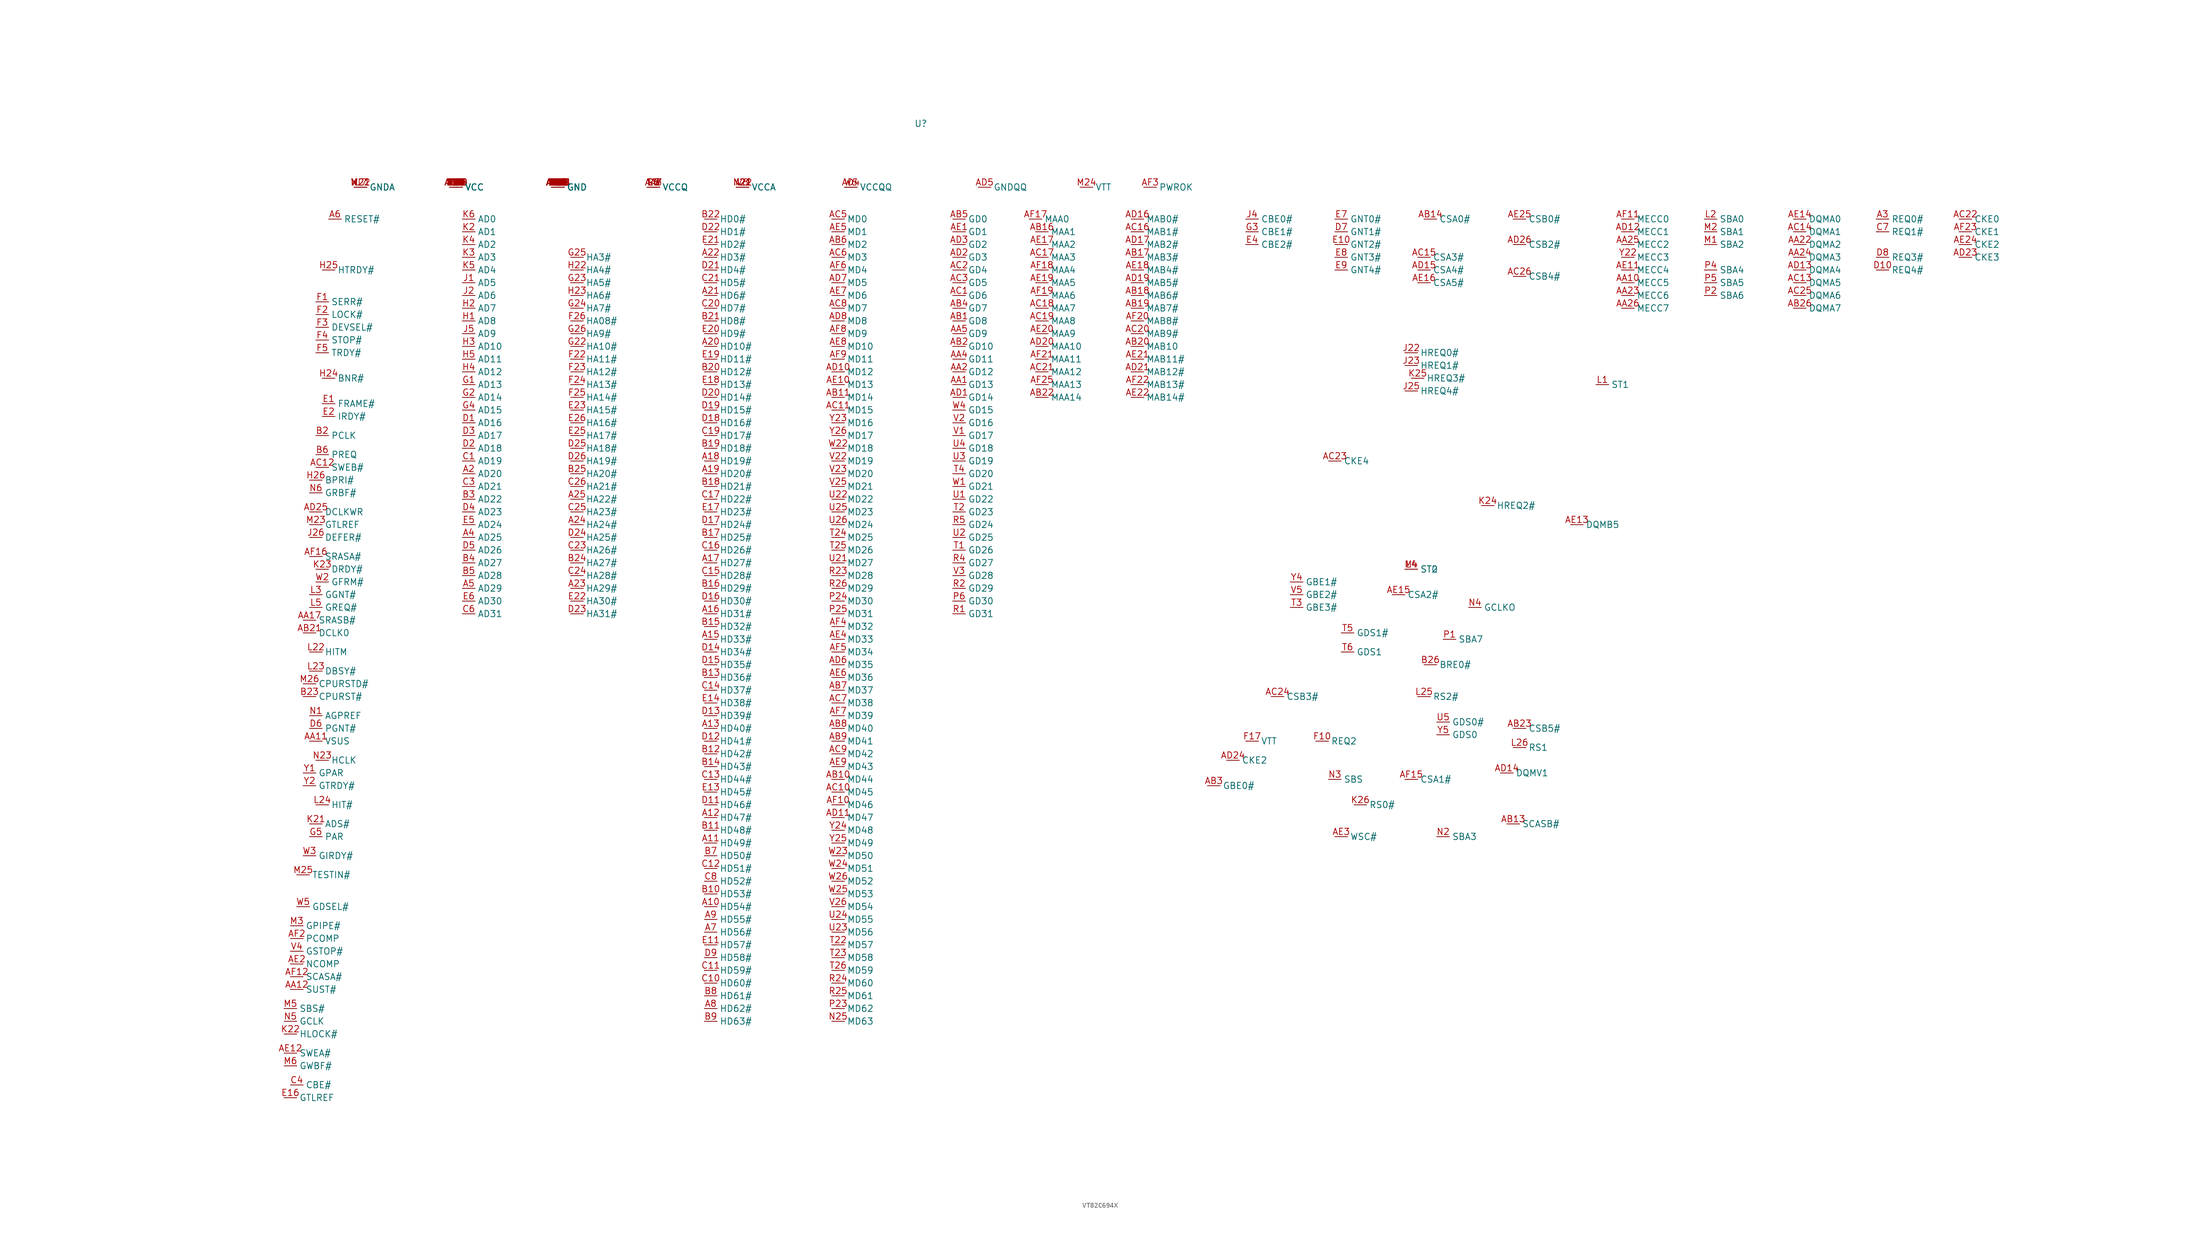
<source format=kicad_sym>
(kicad_symbol_lib
  (version 20231120)
  (generator "kicad_symbol_editor")
  (generator_version "8.0")
  (symbol "VT82C694X"
    (property "Reference" "U"
      (at -19.05 106.68 0)
      (effects (font (size 1.27 1.27))))
    (property "Value" ""
      (at -162.56 99.06 0)
      (effects (font (size 1.27 1.27))))
    (symbol "VT82C694X_0_0"
      (pin input line (at -92.71 93.98 0) (length 2.54) (name "GND" (effects (font (size 1.27 1.27)))) (number "A1" (effects (font (size 1.27 1.27)))))
      (pin bidirectional line (at -62.23 -49.53 0) (length 2.54) (name "HD54#" (effects (font (size 1.27 1.27)))) (number "A10" (effects (font (size 1.27 1.27)))))
      (pin bidirectional line (at -62.23 -36.83 0) (length 2.54) (name "HD49#" (effects (font (size 1.27 1.27)))) (number "A11" (effects (font (size 1.27 1.27)))))
      (pin bidirectional line (at -62.23 -31.75 0) (length 2.54) (name "HD47#" (effects (font (size 1.27 1.27)))) (number "A12" (effects (font (size 1.27 1.27)))))
      (pin bidirectional line (at -62.23 -13.97 0) (length 2.54) (name "HD40#" (effects (font (size 1.27 1.27)))) (number "A13" (effects (font (size 1.27 1.27)))))
      (pin power_in line (at -92.71 93.98 0) (length 2.54) (name "GND" (effects (font (size 1.27 1.27)))) (number "A14" (effects (font (size 1.27 1.27)))))
      (pin bidirectional line (at -62.23 3.81 0) (length 2.54) (name "HD33#" (effects (font (size 1.27 1.27)))) (number "A15" (effects (font (size 1.27 1.27)))))
      (pin bidirectional line (at -62.23 8.89 0) (length 2.54) (name "HD31#" (effects (font (size 1.27 1.27)))) (number "A16" (effects (font (size 1.27 1.27)))))
      (pin bidirectional line (at -62.23 19.05 0) (length 2.54) (name "HD27#" (effects (font (size 1.27 1.27)))) (number "A17" (effects (font (size 1.27 1.27)))))
      (pin bidirectional line (at -62.23 39.37 0) (length 2.54) (name "HD19#" (effects (font (size 1.27 1.27)))) (number "A18" (effects (font (size 1.27 1.27)))))
      (pin bidirectional line (at -62.23 36.83 0) (length 2.54) (name "HD20#" (effects (font (size 1.27 1.27)))) (number "A19" (effects (font (size 1.27 1.27)))))
      (pin bidirectional line (at -110.49 36.83 0) (length 2.54) (name "AD20" (effects (font (size 1.27 1.27)))) (number "A2" (effects (font (size 1.27 1.27)))))
      (pin bidirectional line (at -62.23 62.23 0) (length 2.54) (name "HD10#" (effects (font (size 1.27 1.27)))) (number "A20" (effects (font (size 1.27 1.27)))))
      (pin bidirectional line (at -62.23 72.39 0) (length 2.54) (name "HD6#" (effects (font (size 1.27 1.27)))) (number "A21" (effects (font (size 1.27 1.27)))))
      (pin bidirectional line (at -62.23 80.01 0) (length 2.54) (name "HD3#" (effects (font (size 1.27 1.27)))) (number "A22" (effects (font (size 1.27 1.27)))))
      (pin bidirectional line (at -88.9 13.97 0) (length 2.54) (name "HA29#" (effects (font (size 1.27 1.27)))) (number "A23" (effects (font (size 1.27 1.27)))))
      (pin bidirectional line (at -88.9 26.67 0) (length 2.54) (name "HA24#" (effects (font (size 1.27 1.27)))) (number "A24" (effects (font (size 1.27 1.27)))))
      (pin bidirectional line (at -88.9 31.75 0) (length 2.54) (name "HA22#" (effects (font (size 1.27 1.27)))) (number "A25" (effects (font (size 1.27 1.27)))))
      (pin power_in line (at -92.71 93.98 0) (length 2.54) (name "GND" (effects (font (size 1.27 1.27)))) (number "A26" (effects (font (size 1.27 1.27)))))
      (pin input line (at 171.45 87.63 0) (length 2.54) (name "REQ0#" (effects (font (size 1.27 1.27)))) (number "A3" (effects (font (size 1.27 1.27)))))
      (pin bidirectional line (at -110.49 24.13 0) (length 2.54) (name "AD25" (effects (font (size 1.27 1.27)))) (number "A4" (effects (font (size 1.27 1.27)))))
      (pin bidirectional line (at -110.49 13.97 0) (length 2.54) (name "AD29" (effects (font (size 1.27 1.27)))) (number "A5" (effects (font (size 1.27 1.27)))))
      (pin input line (at -137.16 87.63 0) (length 2.54) (name "RESET#" (effects (font (size 1.27 1.27)))) (number "A6" (effects (font (size 1.27 1.27)))))
      (pin bidirectional line (at -62.23 -54.61 0) (length 2.54) (name "HD56#" (effects (font (size 1.27 1.27)))) (number "A7" (effects (font (size 1.27 1.27)))))
      (pin bidirectional line (at -62.23 -69.85 0) (length 2.54) (name "HD62#" (effects (font (size 1.27 1.27)))) (number "A8" (effects (font (size 1.27 1.27)))))
      (pin bidirectional line (at -62.23 -52.07 0) (length 2.54) (name "HD55#" (effects (font (size 1.27 1.27)))) (number "A9" (effects (font (size 1.27 1.27)))))
      (pin bidirectional line (at 120.65 74.93 0) (length 2.54) (name "MECC5" (effects (font (size 1.27 1.27)))) (number "AA10" (effects (font (size 1.27 1.27)))))
      (pin power_in line (at -140.97 -16.51 0) (length 2.54) (name "VSUS" (effects (font (size 1.27 1.27)))) (number "AA11" (effects (font (size 1.27 1.27)))))
      (pin input line (at -144.78 -66.04 0) (length 2.54) (name "SUST#" (effects (font (size 1.27 1.27)))) (number "AA12" (effects (font (size 1.27 1.27)))))
      (pin output line (at -142.24 7.62 0) (length 2.54) (name "SRASB#" (effects (font (size 1.27 1.27)))) (number "AA17" (effects (font (size 1.27 1.27)))))
      (pin power_in line (at -113.03 93.98 0) (length 2.54) (name "VCC" (effects (font (size 1.27 1.27)))) (number "AA18" (effects (font (size 1.27 1.27)))))
      (pin power_in line (at -92.71 93.98 0) (length 2.54) (name "GND" (effects (font (size 1.27 1.27)))) (number "AA19" (effects (font (size 1.27 1.27)))))
      (pin bidirectional line (at -12.7 57.15 0) (length 2.54) (name "GD12" (effects (font (size 1.27 1.27)))) (number "AA2" (effects (font (size 1.27 1.27)))))
      (pin power_in line (at -113.03 93.98 0) (length 2.54) (name "VCC" (effects (font (size 1.27 1.27)))) (number "AA20" (effects (font (size 1.27 1.27)))))
      (pin power_in line (at -92.71 93.98 0) (length 2.54) (name "GND" (effects (font (size 1.27 1.27)))) (number "AA21" (effects (font (size 1.27 1.27)))))
      (pin output line (at 154.94 82.55 0) (length 2.54) (name "DQMA2" (effects (font (size 1.27 1.27)))) (number "AA22" (effects (font (size 1.27 1.27)))))
      (pin bidirectional line (at 120.65 72.39 0) (length 2.54) (name "MECC6" (effects (font (size 1.27 1.27)))) (number "AA23" (effects (font (size 1.27 1.27)))))
      (pin output line (at 154.94 80.01 0) (length 2.54) (name "DQMA3" (effects (font (size 1.27 1.27)))) (number "AA24" (effects (font (size 1.27 1.27)))))
      (pin bidirectional line (at 120.65 82.55 0) (length 2.54) (name "MECC2" (effects (font (size 1.27 1.27)))) (number "AA25" (effects (font (size 1.27 1.27)))))
      (pin bidirectional line (at 120.65 69.85 0) (length 2.54) (name "MECC7" (effects (font (size 1.27 1.27)))) (number "AA26" (effects (font (size 1.27 1.27)))))
      (pin power_in line (at -73.66 93.98 0) (length 2.54) (name "VCCQ" (effects (font (size 1.27 1.27)))) (number "AA3" (effects (font (size 1.27 1.27)))))
      (pin bidirectional line (at -12.7 59.69 0) (length 2.54) (name "GD11" (effects (font (size 1.27 1.27)))) (number "AA4" (effects (font (size 1.27 1.27)))))
      (pin bidirectional line (at -12.7 64.77 0) (length 2.54) (name "GD9" (effects (font (size 1.27 1.27)))) (number "AA5" (effects (font (size 1.27 1.27)))))
      (pin power_in line (at -92.71 93.98 0) (length 2.54) (name "GND" (effects (font (size 1.27 1.27)))) (number "AA6" (effects (font (size 1.27 1.27)))))
      (pin input line (at -73.66 93.98 0) (length 2.54) (name "VCCQ" (effects (font (size 1.27 1.27)))) (number "AA7" (effects (font (size 1.27 1.27)))))
      (pin power_in line (at -92.71 93.98 0) (length 2.54) (name "GND" (effects (font (size 1.27 1.27)))) (number "AA8" (effects (font (size 1.27 1.27)))))
      (pin power_in line (at -113.03 93.98 0) (length 2.54) (name "VCC" (effects (font (size 1.27 1.27)))) (number "AA9" (effects (font (size 1.27 1.27)))))
      (pin bidirectional line (at -12.7 67.31 0) (length 2.54) (name "GD8" (effects (font (size 1.27 1.27)))) (number "AB1" (effects (font (size 1.27 1.27)))))
      (pin bidirectional line (at -36.83 -24.13 0) (length 2.54) (name "MD44" (effects (font (size 1.27 1.27)))) (number "AB10" (effects (font (size 1.27 1.27)))))
      (pin bidirectional line (at -36.83 52.07 0) (length 2.54) (name "MD14" (effects (font (size 1.27 1.27)))) (number "AB11" (effects (font (size 1.27 1.27)))))
      (pin power_in line (at -92.71 93.98 0) (length 2.54) (name "GND" (effects (font (size 1.27 1.27)))) (number "AB12" (effects (font (size 1.27 1.27)))))
      (pin output line (at 97.79 -33.02 0) (length 2.54) (name "SCASB#" (effects (font (size 1.27 1.27)))) (number "AB13" (effects (font (size 1.27 1.27)))))
      (pin output line (at 81.28 87.63 0) (length 2.54) (name "CSA0#" (effects (font (size 1.27 1.27)))) (number "AB14" (effects (font (size 1.27 1.27)))))
      (pin power_in line (at -92.71 93.98 0) (length 2.54) (name "GND" (effects (font (size 1.27 1.27)))) (number "AB15" (effects (font (size 1.27 1.27)))))
      (pin output line (at 3.81 85.09 0) (length 2.54) (name "MAA1" (effects (font (size 1.27 1.27)))) (number "AB16" (effects (font (size 1.27 1.27)))))
      (pin output line (at 22.86 80.01 0) (length 2.54) (name "MAB3#" (effects (font (size 1.27 1.27)))) (number "AB17" (effects (font (size 1.27 1.27)))))
      (pin output line (at 22.86 72.39 0) (length 2.54) (name "MAB6#" (effects (font (size 1.27 1.27)))) (number "AB18" (effects (font (size 1.27 1.27)))))
      (pin bidirectional line (at -12.7 62.23 0) (length 2.54) (name "GD10" (effects (font (size 1.27 1.27)))) (number "AB2" (effects (font (size 1.27 1.27)))))
      (pin output line (at 22.86 62.23 0) (length 2.54) (name "MAB10" (effects (font (size 1.27 1.27)))) (number "AB20" (effects (font (size 1.27 1.27)))))
      (pin output line (at -142.24 5.08 0) (length 2.54) (name "DCLK0" (effects (font (size 1.27 1.27)))) (number "AB21" (effects (font (size 1.27 1.27)))))
      (pin output line (at 3.81 52.07 0) (length 2.54) (name "MAA14" (effects (font (size 1.27 1.27)))) (number "AB22" (effects (font (size 1.27 1.27)))))
      (pin output line (at 99.06 -13.97 0) (length 2.54) (name "CSB5#" (effects (font (size 1.27 1.27)))) (number "AB23" (effects (font (size 1.27 1.27)))))
      (pin power_in line (at -92.71 93.98 0) (length 2.54) (name "GND" (effects (font (size 1.27 1.27)))) (number "AB24" (effects (font (size 1.27 1.27)))))
      (pin power_in line (at -92.71 93.98 0) (length 2.54) (name "GND" (effects (font (size 1.27 1.27)))) (number "AB25" (effects (font (size 1.27 1.27)))))
      (pin output line (at 154.94 69.85 0) (length 2.54) (name "DQMA7" (effects (font (size 1.27 1.27)))) (number "AB26" (effects (font (size 1.27 1.27)))))
      (pin bidirectional line (at 38.1 -25.4 0) (length 2.54) (name "GBE0#" (effects (font (size 1.27 1.27)))) (number "AB3" (effects (font (size 1.27 1.27)))))
      (pin bidirectional line (at -12.7 69.85 0) (length 2.54) (name "GD7" (effects (font (size 1.27 1.27)))) (number "AB4" (effects (font (size 1.27 1.27)))))
      (pin bidirectional line (at -12.7 87.63 0) (length 2.54) (name "GD0" (effects (font (size 1.27 1.27)))) (number "AB5" (effects (font (size 1.27 1.27)))))
      (pin bidirectional line (at -36.83 82.55 0) (length 2.54) (name "MD2" (effects (font (size 1.27 1.27)))) (number "AB6" (effects (font (size 1.27 1.27)))))
      (pin bidirectional line (at -36.83 -6.35 0) (length 2.54) (name "MD37" (effects (font (size 1.27 1.27)))) (number "AB7" (effects (font (size 1.27 1.27)))))
      (pin bidirectional line (at -36.83 -13.97 0) (length 2.54) (name "MD40" (effects (font (size 1.27 1.27)))) (number "AB8" (effects (font (size 1.27 1.27)))))
      (pin bidirectional line (at -36.83 -16.51 0) (length 2.54) (name "MD41" (effects (font (size 1.27 1.27)))) (number "AB9" (effects (font (size 1.27 1.27)))))
      (pin bidirectional line (at -12.7 72.39 0) (length 2.54) (name "GD6" (effects (font (size 1.27 1.27)))) (number "AC1" (effects (font (size 1.27 1.27)))))
      (pin bidirectional line (at -36.83 49.53 0) (length 2.54) (name "MD15" (effects (font (size 1.27 1.27)))) (number "AC11" (effects (font (size 1.27 1.27)))))
      (pin output line (at -139.7 38.1 0) (length 2.54) (name "SWEB#" (effects (font (size 1.27 1.27)))) (number "AC12" (effects (font (size 1.27 1.27)))))
      (pin output line (at 154.94 74.93 0) (length 2.54) (name "DQMA5" (effects (font (size 1.27 1.27)))) (number "AC13" (effects (font (size 1.27 1.27)))))
      (pin output line (at 154.94 85.09 0) (length 2.54) (name "DQMA1" (effects (font (size 1.27 1.27)))) (number "AC14" (effects (font (size 1.27 1.27)))))
      (pin output line (at 80.01 80.01 0) (length 2.54) (name "CSA3#" (effects (font (size 1.27 1.27)))) (number "AC15" (effects (font (size 1.27 1.27)))))
      (pin output line (at 22.86 85.09 0) (length 2.54) (name "MAB1#" (effects (font (size 1.27 1.27)))) (number "AC16" (effects (font (size 1.27 1.27)))))
      (pin output line (at 3.81 80.01 0) (length 2.54) (name "MAA3" (effects (font (size 1.27 1.27)))) (number "AC17" (effects (font (size 1.27 1.27)))))
      (pin output line (at 3.81 69.85 0) (length 2.54) (name "MAA7" (effects (font (size 1.27 1.27)))) (number "AC18" (effects (font (size 1.27 1.27)))))
      (pin output line (at 3.81 67.31 0) (length 2.54) (name "MAA8" (effects (font (size 1.27 1.27)))) (number "AC19" (effects (font (size 1.27 1.27)))))
      (pin bidirectional line (at -12.7 77.47 0) (length 2.54) (name "GD4" (effects (font (size 1.27 1.27)))) (number "AC2" (effects (font (size 1.27 1.27)))))
      (pin output line (at 22.86 64.77 0) (length 2.54) (name "MAB9#" (effects (font (size 1.27 1.27)))) (number "AC20" (effects (font (size 1.27 1.27)))))
      (pin output line (at 3.81 57.15 0) (length 2.54) (name "MAA12" (effects (font (size 1.27 1.27)))) (number "AC21" (effects (font (size 1.27 1.27)))))
      (pin output line (at 187.96 87.63 0) (length 2.54) (name "CKE0" (effects (font (size 1.27 1.27)))) (number "AC22" (effects (font (size 1.27 1.27)))))
      (pin output line (at 62.23 39.37 0) (length 2.54) (name "CKE4" (effects (font (size 1.27 1.27)))) (number "AC23" (effects (font (size 1.27 1.27)))))
      (pin output line (at 50.8 -7.62 0) (length 2.54) (name "CSB3#" (effects (font (size 1.27 1.27)))) (number "AC24" (effects (font (size 1.27 1.27)))))
      (pin output line (at 154.94 72.39 0) (length 2.54) (name "DQMA6" (effects (font (size 1.27 1.27)))) (number "AC25" (effects (font (size 1.27 1.27)))))
      (pin output line (at 99.06 76.2 0) (length 2.54) (name "CSB4#" (effects (font (size 1.27 1.27)))) (number "AC26" (effects (font (size 1.27 1.27)))))
      (pin bidirectional line (at -12.7 74.93 0) (length 2.54) (name "GD5" (effects (font (size 1.27 1.27)))) (number "AC3" (effects (font (size 1.27 1.27)))))
      (pin power_in line (at -92.71 93.98 0) (length 2.54) (name "GND" (effects (font (size 1.27 1.27)))) (number "AC4" (effects (font (size 1.27 1.27)))))
      (pin bidirectional line (at -36.83 87.63 0) (length 2.54) (name "MD0" (effects (font (size 1.27 1.27)))) (number "AC5" (effects (font (size 1.27 1.27)))))
      (pin bidirectional line (at -36.83 80.01 0) (length 2.54) (name "MD3" (effects (font (size 1.27 1.27)))) (number "AC6" (effects (font (size 1.27 1.27)))))
      (pin bidirectional line (at -36.83 -8.89 0) (length 2.54) (name "MD38" (effects (font (size 1.27 1.27)))) (number "AC7" (effects (font (size 1.27 1.27)))))
      (pin bidirectional line (at -36.83 69.85 0) (length 2.54) (name "MD7" (effects (font (size 1.27 1.27)))) (number "AC8" (effects (font (size 1.27 1.27)))))
      (pin bidirectional line (at -36.83 -19.05 0) (length 2.54) (name "MD42" (effects (font (size 1.27 1.27)))) (number "AC9" (effects (font (size 1.27 1.27)))))
      (pin bidirectional line (at -12.7 52.07 0) (length 2.54) (name "GD14" (effects (font (size 1.27 1.27)))) (number "AD1" (effects (font (size 1.27 1.27)))))
      (pin bidirectional line (at -36.83 57.15 0) (length 2.54) (name "MD12" (effects (font (size 1.27 1.27)))) (number "AD10" (effects (font (size 1.27 1.27)))))
      (pin bidirectional line (at -36.83 -31.75 0) (length 2.54) (name "MD47" (effects (font (size 1.27 1.27)))) (number "AD11" (effects (font (size 1.27 1.27)))))
      (pin bidirectional line (at 120.65 85.09 0) (length 2.54) (name "MECC1" (effects (font (size 1.27 1.27)))) (number "AD12" (effects (font (size 1.27 1.27)))))
      (pin output line (at 154.94 77.47 0) (length 2.54) (name "DQMA4" (effects (font (size 1.27 1.27)))) (number "AD13" (effects (font (size 1.27 1.27)))))
      (pin output line (at 96.52 -22.86 0) (length 2.54) (name "DQMV1" (effects (font (size 1.27 1.27)))) (number "AD14" (effects (font (size 1.27 1.27)))))
      (pin output line (at 80.01 77.47 0) (length 2.54) (name "CSA4#" (effects (font (size 1.27 1.27)))) (number "AD15" (effects (font (size 1.27 1.27)))))
      (pin output line (at 22.86 87.63 0) (length 2.54) (name "MAB0#" (effects (font (size 1.27 1.27)))) (number "AD16" (effects (font (size 1.27 1.27)))))
      (pin output line (at 22.86 82.55 0) (length 2.54) (name "MAB2#" (effects (font (size 1.27 1.27)))) (number "AD17" (effects (font (size 1.27 1.27)))))
      (pin power_in line (at -92.71 93.98 0) (length 2.54) (name "GND" (effects (font (size 1.27 1.27)))) (number "AD18" (effects (font (size 1.27 1.27)))))
      (pin output line (at 22.86 74.93 0) (length 2.54) (name "MAB5#" (effects (font (size 1.27 1.27)))) (number "AD19" (effects (font (size 1.27 1.27)))))
      (pin bidirectional line (at -12.7 80.01 0) (length 2.54) (name "GD3" (effects (font (size 1.27 1.27)))) (number "AD2" (effects (font (size 1.27 1.27)))))
      (pin output line (at 3.81 62.23 0) (length 2.54) (name "MAA10" (effects (font (size 1.27 1.27)))) (number "AD20" (effects (font (size 1.27 1.27)))))
      (pin output line (at 22.86 57.15 0) (length 2.54) (name "MAB12#" (effects (font (size 1.27 1.27)))) (number "AD21" (effects (font (size 1.27 1.27)))))
      (pin power_in line (at -92.71 93.98 0) (length 2.54) (name "GND" (effects (font (size 1.27 1.27)))) (number "AD22" (effects (font (size 1.27 1.27)))))
      (pin output line (at 187.96 80.01 0) (length 2.54) (name "CKE3" (effects (font (size 1.27 1.27)))) (number "AD23" (effects (font (size 1.27 1.27)))))
      (pin output line (at 41.91 -20.32 0) (length 2.54) (name "CKE2" (effects (font (size 1.27 1.27)))) (number "AD24" (effects (font (size 1.27 1.27)))))
      (pin input line (at -140.97 29.21 0) (length 2.54) (name "DCLKWR" (effects (font (size 1.27 1.27)))) (number "AD25" (effects (font (size 1.27 1.27)))))
      (pin input line (at 99.06 82.55 0) (length 2.54) (name "CSB2#" (effects (font (size 1.27 1.27)))) (number "AD26" (effects (font (size 1.27 1.27)))))
      (pin bidirectional line (at -12.7 82.55 0) (length 2.54) (name "GD2" (effects (font (size 1.27 1.27)))) (number "AD3" (effects (font (size 1.27 1.27)))))
      (pin power_in line (at -34.29 93.98 0) (length 2.54) (name "VCCQQ" (effects (font (size 1.27 1.27)))) (number "AD4" (effects (font (size 1.27 1.27)))))
      (pin power_in line (at -7.62 93.98 0) (length 2.54) (name "GNDQQ" (effects (font (size 1.27 1.27)))) (number "AD5" (effects (font (size 1.27 1.27)))))
      (pin bidirectional line (at -36.83 -1.27 0) (length 2.54) (name "MD35" (effects (font (size 1.27 1.27)))) (number "AD6" (effects (font (size 1.27 1.27)))))
      (pin bidirectional line (at -36.83 74.93 0) (length 2.54) (name "MD5" (effects (font (size 1.27 1.27)))) (number "AD7" (effects (font (size 1.27 1.27)))))
      (pin bidirectional line (at -36.83 67.31 0) (length 2.54) (name "MD8" (effects (font (size 1.27 1.27)))) (number "AD8" (effects (font (size 1.27 1.27)))))
      (pin power_in line (at -92.71 93.98 0) (length 2.54) (name "GND" (effects (font (size 1.27 1.27)))) (number "AD9" (effects (font (size 1.27 1.27)))))
      (pin bidirectional line (at -36.83 54.61 0) (length 2.54) (name "MD13" (effects (font (size 1.27 1.27)))) (number "AE10" (effects (font (size 1.27 1.27)))))
      (pin bidirectional line (at 120.65 77.47 0) (length 2.54) (name "MECC4" (effects (font (size 1.27 1.27)))) (number "AE11" (effects (font (size 1.27 1.27)))))
      (pin output line (at -146.05 -78.74 0) (length 2.54) (name "SWEA#" (effects (font (size 1.27 1.27)))) (number "AE12" (effects (font (size 1.27 1.27)))))
      (pin output line (at 110.49 26.67 0) (length 2.54) (name "DQMB5" (effects (font (size 1.27 1.27)))) (number "AE13" (effects (font (size 1.27 1.27)))))
      (pin output line (at 154.94 87.63 0) (length 2.54) (name "DQMA0" (effects (font (size 1.27 1.27)))) (number "AE14" (effects (font (size 1.27 1.27)))))
      (pin output line (at 74.93 12.7 0) (length 2.54) (name "CSA2#" (effects (font (size 1.27 1.27)))) (number "AE15" (effects (font (size 1.27 1.27)))))
      (pin output line (at 80.01 74.93 0) (length 2.54) (name "CSA5#" (effects (font (size 1.27 1.27)))) (number "AE16" (effects (font (size 1.27 1.27)))))
      (pin output line (at 3.81 82.55 0) (length 2.54) (name "MAA2" (effects (font (size 1.27 1.27)))) (number "AE17" (effects (font (size 1.27 1.27)))))
      (pin output line (at 22.86 77.47 0) (length 2.54) (name "MAB4#" (effects (font (size 1.27 1.27)))) (number "AE18" (effects (font (size 1.27 1.27)))))
      (pin output line (at 3.81 74.93 0) (length 2.54) (name "MAA5" (effects (font (size 1.27 1.27)))) (number "AE19" (effects (font (size 1.27 1.27)))))
      (pin input line (at -144.78 -60.96 0) (length 2.54) (name "NCOMP" (effects (font (size 1.27 1.27)))) (number "AE2" (effects (font (size 1.27 1.27)))))
      (pin output line (at 3.81 64.77 0) (length 2.54) (name "MAA9" (effects (font (size 1.27 1.27)))) (number "AE20" (effects (font (size 1.27 1.27)))))
      (pin output line (at 22.86 59.69 0) (length 2.54) (name "MAB11#" (effects (font (size 1.27 1.27)))) (number "AE21" (effects (font (size 1.27 1.27)))))
      (pin output line (at 22.86 52.07 0) (length 2.54) (name "MAB14#" (effects (font (size 1.27 1.27)))) (number "AE22" (effects (font (size 1.27 1.27)))))
      (pin power_in line (at -92.71 93.98 0) (length 2.54) (name "GND" (effects (font (size 1.27 1.27)))) (number "AE23" (effects (font (size 1.27 1.27)))))
      (pin output line (at 187.96 82.55 0) (length 2.54) (name "CKE2" (effects (font (size 1.27 1.27)))) (number "AE24" (effects (font (size 1.27 1.27)))))
      (pin output line (at 99.06 87.63 0) (length 2.54) (name "CSB0#" (effects (font (size 1.27 1.27)))) (number "AE25" (effects (font (size 1.27 1.27)))))
      (pin power_in line (at -113.03 93.98 0) (length 2.54) (name "VCC" (effects (font (size 1.27 1.27)))) (number "AE26" (effects (font (size 1.27 1.27)))))
      (pin output line (at 63.5 -35.56 0) (length 2.54) (name "WSC#" (effects (font (size 1.27 1.27)))) (number "AE3" (effects (font (size 1.27 1.27)))))
      (pin bidirectional line (at -36.83 3.81 0) (length 2.54) (name "MD33" (effects (font (size 1.27 1.27)))) (number "AE4" (effects (font (size 1.27 1.27)))))
      (pin bidirectional line (at -36.83 85.09 0) (length 2.54) (name "MD1" (effects (font (size 1.27 1.27)))) (number "AE5" (effects (font (size 1.27 1.27)))))
      (pin bidirectional line (at -36.83 -3.81 0) (length 2.54) (name "MD36" (effects (font (size 1.27 1.27)))) (number "AE6" (effects (font (size 1.27 1.27)))))
      (pin bidirectional line (at -36.83 72.39 0) (length 2.54) (name "MD6" (effects (font (size 1.27 1.27)))) (number "AE7" (effects (font (size 1.27 1.27)))))
      (pin bidirectional line (at -36.83 62.23 0) (length 2.54) (name "MD10" (effects (font (size 1.27 1.27)))) (number "AE8" (effects (font (size 1.27 1.27)))))
      (pin bidirectional line (at -36.83 -21.59 0) (length 2.54) (name "MD43" (effects (font (size 1.27 1.27)))) (number "AE9" (effects (font (size 1.27 1.27)))))
      (pin power_in line (at -92.71 93.98 0) (length 2.54) (name "GND" (effects (font (size 1.27 1.27)))) (number "AF1" (effects (font (size 1.27 1.27)))))
      (pin bidirectional line (at -36.83 -29.21 0) (length 2.54) (name "MD46" (effects (font (size 1.27 1.27)))) (number "AF10" (effects (font (size 1.27 1.27)))))
      (pin bidirectional line (at 120.65 87.63 0) (length 2.54) (name "MECC0" (effects (font (size 1.27 1.27)))) (number "AF11" (effects (font (size 1.27 1.27)))))
      (pin bidirectional line (at -144.78 -63.5 0) (length 2.54) (name "SCASA#" (effects (font (size 1.27 1.27)))) (number "AF12" (effects (font (size 1.27 1.27)))))
      (pin power_in line (at -92.71 93.98 0) (length 2.54) (name "GND" (effects (font (size 1.27 1.27)))) (number "AF13" (effects (font (size 1.27 1.27)))))
      (pin power_in line (at -113.03 93.98 0) (length 2.54) (name "VCC" (effects (font (size 1.27 1.27)))) (number "AF14" (effects (font (size 1.27 1.27)))))
      (pin output line (at 77.47 -24.13 0) (length 2.54) (name "CSA1#" (effects (font (size 1.27 1.27)))) (number "AF15" (effects (font (size 1.27 1.27)))))
      (pin output line (at -140.97 20.32 0) (length 2.54) (name "SRASA#" (effects (font (size 1.27 1.27)))) (number "AF16" (effects (font (size 1.27 1.27)))))
      (pin output line (at 2.54 87.63 0) (length 2.54) (name "MAA0" (effects (font (size 1.27 1.27)))) (number "AF17" (effects (font (size 1.27 1.27)))))
      (pin output line (at 3.81 77.47 0) (length 2.54) (name "MAA4" (effects (font (size 1.27 1.27)))) (number "AF18" (effects (font (size 1.27 1.27)))))
      (pin output line (at 3.81 72.39 0) (length 2.54) (name "MAA6" (effects (font (size 1.27 1.27)))) (number "AF19" (effects (font (size 1.27 1.27)))))
      (pin input line (at -144.78 -55.88 0) (length 2.54) (name "PCOMP" (effects (font (size 1.27 1.27)))) (number "AF2" (effects (font (size 1.27 1.27)))))
      (pin output line (at 22.86 67.31 0) (length 2.54) (name "MAB8#" (effects (font (size 1.27 1.27)))) (number "AF20" (effects (font (size 1.27 1.27)))))
      (pin output line (at 3.81 59.69 0) (length 2.54) (name "MAA11" (effects (font (size 1.27 1.27)))) (number "AF21" (effects (font (size 1.27 1.27)))))
      (pin output line (at 22.86 54.61 0) (length 2.54) (name "MAB13#" (effects (font (size 1.27 1.27)))) (number "AF22" (effects (font (size 1.27 1.27)))))
      (pin output line (at 187.96 85.09 0) (length 2.54) (name "CKE1" (effects (font (size 1.27 1.27)))) (number "AF23" (effects (font (size 1.27 1.27)))))
      (pin output line (at 3.81 54.61 0) (length 2.54) (name "MAA13" (effects (font (size 1.27 1.27)))) (number "AF25" (effects (font (size 1.27 1.27)))))
      (pin input line (at 25.4 93.98 0) (length 2.54) (name "PWROK" (effects (font (size 1.27 1.27)))) (number "AF3" (effects (font (size 1.27 1.27)))))
      (pin bidirectional line (at -36.83 6.35 0) (length 2.54) (name "MD32" (effects (font (size 1.27 1.27)))) (number "AF4" (effects (font (size 1.27 1.27)))))
      (pin bidirectional line (at -36.83 1.27 0) (length 2.54) (name "MD34" (effects (font (size 1.27 1.27)))) (number "AF5" (effects (font (size 1.27 1.27)))))
      (pin bidirectional line (at -36.83 77.47 0) (length 2.54) (name "MD4" (effects (font (size 1.27 1.27)))) (number "AF6" (effects (font (size 1.27 1.27)))))
      (pin bidirectional line (at -36.83 -11.43 0) (length 2.54) (name "MD39" (effects (font (size 1.27 1.27)))) (number "AF7" (effects (font (size 1.27 1.27)))))
      (pin bidirectional line (at -36.83 64.77 0) (length 2.54) (name "MD9" (effects (font (size 1.27 1.27)))) (number "AF8" (effects (font (size 1.27 1.27)))))
      (pin bidirectional line (at -36.83 59.69 0) (length 2.54) (name "MD11" (effects (font (size 1.27 1.27)))) (number "AF9" (effects (font (size 1.27 1.27)))))
      (pin power_in line (at -113.03 93.98 0) (length 2.54) (name "VCC" (effects (font (size 1.27 1.27)))) (number "B1" (effects (font (size 1.27 1.27)))))
      (pin bidirectional line (at -62.23 -46.99 0) (length 2.54) (name "HD53#" (effects (font (size 1.27 1.27)))) (number "B10" (effects (font (size 1.27 1.27)))))
      (pin bidirectional line (at -62.23 -34.29 0) (length 2.54) (name "HD48#" (effects (font (size 1.27 1.27)))) (number "B11" (effects (font (size 1.27 1.27)))))
      (pin bidirectional line (at -62.23 -19.05 0) (length 2.54) (name "HD42#" (effects (font (size 1.27 1.27)))) (number "B12" (effects (font (size 1.27 1.27)))))
      (pin bidirectional line (at -62.23 -3.81 0) (length 2.54) (name "HD36#" (effects (font (size 1.27 1.27)))) (number "B13" (effects (font (size 1.27 1.27)))))
      (pin bidirectional line (at -62.23 -21.59 0) (length 2.54) (name "HD43#" (effects (font (size 1.27 1.27)))) (number "B14" (effects (font (size 1.27 1.27)))))
      (pin bidirectional line (at -62.23 6.35 0) (length 2.54) (name "HD32#" (effects (font (size 1.27 1.27)))) (number "B15" (effects (font (size 1.27 1.27)))))
      (pin bidirectional line (at -62.23 13.97 0) (length 2.54) (name "HD29#" (effects (font (size 1.27 1.27)))) (number "B16" (effects (font (size 1.27 1.27)))))
      (pin bidirectional line (at -62.23 24.13 0) (length 2.54) (name "HD25#" (effects (font (size 1.27 1.27)))) (number "B17" (effects (font (size 1.27 1.27)))))
      (pin bidirectional line (at -62.23 34.29 0) (length 2.54) (name "HD21#" (effects (font (size 1.27 1.27)))) (number "B18" (effects (font (size 1.27 1.27)))))
      (pin bidirectional line (at -62.23 41.91 0) (length 2.54) (name "HD18#" (effects (font (size 1.27 1.27)))) (number "B19" (effects (font (size 1.27 1.27)))))
      (pin input line (at -139.7 44.45 0) (length 2.54) (name "PCLK" (effects (font (size 1.27 1.27)))) (number "B2" (effects (font (size 1.27 1.27)))))
      (pin bidirectional line (at -62.23 57.15 0) (length 2.54) (name "HD12#" (effects (font (size 1.27 1.27)))) (number "B20" (effects (font (size 1.27 1.27)))))
      (pin bidirectional line (at -62.23 67.31 0) (length 2.54) (name "HD8#" (effects (font (size 1.27 1.27)))) (number "B21" (effects (font (size 1.27 1.27)))))
      (pin bidirectional line (at -62.23 87.63 0) (length 2.54) (name "HD0#" (effects (font (size 1.27 1.27)))) (number "B22" (effects (font (size 1.27 1.27)))))
      (pin output line (at -142.24 -7.62 0) (length 2.54) (name "CPURST#" (effects (font (size 1.27 1.27)))) (number "B23" (effects (font (size 1.27 1.27)))))
      (pin bidirectional line (at -88.9 19.05 0) (length 2.54) (name "HA27#" (effects (font (size 1.27 1.27)))) (number "B24" (effects (font (size 1.27 1.27)))))
      (pin bidirectional line (at -88.9 36.83 0) (length 2.54) (name "HA20#" (effects (font (size 1.27 1.27)))) (number "B25" (effects (font (size 1.27 1.27)))))
      (pin output line (at 81.28 -1.27 0) (length 2.54) (name "BRE0#" (effects (font (size 1.27 1.27)))) (number "B26" (effects (font (size 1.27 1.27)))))
      (pin bidirectional line (at -110.49 31.75 0) (length 2.54) (name "AD22" (effects (font (size 1.27 1.27)))) (number "B3" (effects (font (size 1.27 1.27)))))
      (pin bidirectional line (at -110.49 19.05 0) (length 2.54) (name "AD27" (effects (font (size 1.27 1.27)))) (number "B4" (effects (font (size 1.27 1.27)))))
      (pin bidirectional line (at -110.49 16.51 0) (length 2.54) (name "AD28" (effects (font (size 1.27 1.27)))) (number "B5" (effects (font (size 1.27 1.27)))))
      (pin input line (at -139.7 40.64 0) (length 2.54) (name "PREQ" (effects (font (size 1.27 1.27)))) (number "B6" (effects (font (size 1.27 1.27)))))
      (pin bidirectional line (at -62.23 -39.37 0) (length 2.54) (name "HD50#" (effects (font (size 1.27 1.27)))) (number "B7" (effects (font (size 1.27 1.27)))))
      (pin bidirectional line (at -62.23 -67.31 0) (length 2.54) (name "HD61#" (effects (font (size 1.27 1.27)))) (number "B8" (effects (font (size 1.27 1.27)))))
      (pin bidirectional line (at -62.23 -72.39 0) (length 2.54) (name "HD63#" (effects (font (size 1.27 1.27)))) (number "B9" (effects (font (size 1.27 1.27)))))
      (pin bidirectional line (at -110.49 39.37 0) (length 2.54) (name "AD19" (effects (font (size 1.27 1.27)))) (number "C1" (effects (font (size 1.27 1.27)))))
      (pin bidirectional line (at -62.23 -64.77 0) (length 2.54) (name "HD60#" (effects (font (size 1.27 1.27)))) (number "C10" (effects (font (size 1.27 1.27)))))
      (pin bidirectional line (at -62.23 -62.23 0) (length 2.54) (name "HD59#" (effects (font (size 1.27 1.27)))) (number "C11" (effects (font (size 1.27 1.27)))))
      (pin bidirectional line (at -62.23 -41.91 0) (length 2.54) (name "HD51#" (effects (font (size 1.27 1.27)))) (number "C12" (effects (font (size 1.27 1.27)))))
      (pin bidirectional line (at -62.23 -24.13 0) (length 2.54) (name "HD44#" (effects (font (size 1.27 1.27)))) (number "C13" (effects (font (size 1.27 1.27)))))
      (pin bidirectional line (at -62.23 -6.35 0) (length 2.54) (name "HD37#" (effects (font (size 1.27 1.27)))) (number "C14" (effects (font (size 1.27 1.27)))))
      (pin bidirectional line (at -62.23 16.51 0) (length 2.54) (name "HD28#" (effects (font (size 1.27 1.27)))) (number "C15" (effects (font (size 1.27 1.27)))))
      (pin bidirectional line (at -62.23 21.59 0) (length 2.54) (name "HD26#" (effects (font (size 1.27 1.27)))) (number "C16" (effects (font (size 1.27 1.27)))))
      (pin bidirectional line (at -62.23 31.75 0) (length 2.54) (name "HD22#" (effects (font (size 1.27 1.27)))) (number "C17" (effects (font (size 1.27 1.27)))))
      (pin power_in line (at -92.71 93.98 0) (length 2.54) (name "GND" (effects (font (size 1.27 1.27)))) (number "C18" (effects (font (size 1.27 1.27)))))
      (pin bidirectional line (at -62.23 44.45 0) (length 2.54) (name "HD17#" (effects (font (size 1.27 1.27)))) (number "C19" (effects (font (size 1.27 1.27)))))
      (pin power_in line (at -113.03 93.98 0) (length 2.54) (name "VCC" (effects (font (size 1.27 1.27)))) (number "C2" (effects (font (size 1.27 1.27)))))
      (pin bidirectional line (at -62.23 69.85 0) (length 2.54) (name "HD7#" (effects (font (size 1.27 1.27)))) (number "C20" (effects (font (size 1.27 1.27)))))
      (pin bidirectional line (at -62.23 74.93 0) (length 2.54) (name "HD5#" (effects (font (size 1.27 1.27)))) (number "C21" (effects (font (size 1.27 1.27)))))
      (pin power_in line (at -92.71 93.98 0) (length 2.54) (name "GND" (effects (font (size 1.27 1.27)))) (number "C22" (effects (font (size 1.27 1.27)))))
      (pin bidirectional line (at -88.9 21.59 0) (length 2.54) (name "HA26#" (effects (font (size 1.27 1.27)))) (number "C23" (effects (font (size 1.27 1.27)))))
      (pin bidirectional line (at -88.9 16.51 0) (length 2.54) (name "HA28#" (effects (font (size 1.27 1.27)))) (number "C24" (effects (font (size 1.27 1.27)))))
      (pin bidirectional line (at -88.9 29.21 0) (length 2.54) (name "HA23#" (effects (font (size 1.27 1.27)))) (number "C25" (effects (font (size 1.27 1.27)))))
      (pin bidirectional line (at -88.9 34.29 0) (length 2.54) (name "HA21#" (effects (font (size 1.27 1.27)))) (number "C26" (effects (font (size 1.27 1.27)))))
      (pin bidirectional line (at -110.49 34.29 0) (length 2.54) (name "AD21" (effects (font (size 1.27 1.27)))) (number "C3" (effects (font (size 1.27 1.27)))))
      (pin bidirectional line (at -144.78 -85.09 0) (length 2.54) (name "CBE#" (effects (font (size 1.27 1.27)))) (number "C4" (effects (font (size 1.27 1.27)))))
      (pin power_in line (at -92.71 93.98 0) (length 2.54) (name "GND" (effects (font (size 1.27 1.27)))) (number "C5" (effects (font (size 1.27 1.27)))))
      (pin bidirectional line (at -110.49 8.89 0) (length 2.54) (name "AD31" (effects (font (size 1.27 1.27)))) (number "C6" (effects (font (size 1.27 1.27)))))
      (pin input line (at 171.45 85.09 0) (length 2.54) (name "REQ1#" (effects (font (size 1.27 1.27)))) (number "C7" (effects (font (size 1.27 1.27)))))
      (pin power_in line (at -92.71 93.98 0) (length 2.54) (name "GND" (effects (font (size 1.27 1.27)))) (number "C9" (effects (font (size 1.27 1.27)))))
      (pin bidirectional line (at -110.49 46.99 0) (length 2.54) (name "AD16" (effects (font (size 1.27 1.27)))) (number "D1" (effects (font (size 1.27 1.27)))))
      (pin input line (at 171.45 77.47 0) (length 2.54) (name "REQ4#" (effects (font (size 1.27 1.27)))) (number "D10" (effects (font (size 1.27 1.27)))))
      (pin bidirectional line (at -62.23 -29.21 0) (length 2.54) (name "HD46#" (effects (font (size 1.27 1.27)))) (number "D11" (effects (font (size 1.27 1.27)))))
      (pin bidirectional line (at -62.23 -16.51 0) (length 2.54) (name "HD41#" (effects (font (size 1.27 1.27)))) (number "D12" (effects (font (size 1.27 1.27)))))
      (pin bidirectional line (at -62.23 -11.43 0) (length 2.54) (name "HD39#" (effects (font (size 1.27 1.27)))) (number "D13" (effects (font (size 1.27 1.27)))))
      (pin bidirectional line (at -62.23 1.27 0) (length 2.54) (name "HD34#" (effects (font (size 1.27 1.27)))) (number "D14" (effects (font (size 1.27 1.27)))))
      (pin bidirectional line (at -62.23 -1.27 0) (length 2.54) (name "HD35#" (effects (font (size 1.27 1.27)))) (number "D15" (effects (font (size 1.27 1.27)))))
      (pin bidirectional line (at -62.23 11.43 0) (length 2.54) (name "HD30#" (effects (font (size 1.27 1.27)))) (number "D16" (effects (font (size 1.27 1.27)))))
      (pin bidirectional line (at -62.23 26.67 0) (length 2.54) (name "HD24#" (effects (font (size 1.27 1.27)))) (number "D17" (effects (font (size 1.27 1.27)))))
      (pin bidirectional line (at -62.23 46.99 0) (length 2.54) (name "HD16#" (effects (font (size 1.27 1.27)))) (number "D18" (effects (font (size 1.27 1.27)))))
      (pin bidirectional line (at -62.23 49.53 0) (length 2.54) (name "HD15#" (effects (font (size 1.27 1.27)))) (number "D19" (effects (font (size 1.27 1.27)))))
      (pin bidirectional line (at -110.49 41.91 0) (length 2.54) (name "AD18" (effects (font (size 1.27 1.27)))) (number "D2" (effects (font (size 1.27 1.27)))))
      (pin bidirectional line (at -62.23 52.07 0) (length 2.54) (name "HD14#" (effects (font (size 1.27 1.27)))) (number "D20" (effects (font (size 1.27 1.27)))))
      (pin bidirectional line (at -62.23 77.47 0) (length 2.54) (name "HD4#" (effects (font (size 1.27 1.27)))) (number "D21" (effects (font (size 1.27 1.27)))))
      (pin bidirectional line (at -62.23 85.09 0) (length 2.54) (name "HD1#" (effects (font (size 1.27 1.27)))) (number "D22" (effects (font (size 1.27 1.27)))))
      (pin bidirectional line (at -88.9 8.89 0) (length 2.54) (name "HA31#" (effects (font (size 1.27 1.27)))) (number "D23" (effects (font (size 1.27 1.27)))))
      (pin bidirectional line (at -88.9 24.13 0) (length 2.54) (name "HA25#" (effects (font (size 1.27 1.27)))) (number "D24" (effects (font (size 1.27 1.27)))))
      (pin bidirectional line (at -88.9 41.91 0) (length 2.54) (name "HA18#" (effects (font (size 1.27 1.27)))) (number "D25" (effects (font (size 1.27 1.27)))))
      (pin bidirectional line (at -88.9 39.37 0) (length 2.54) (name "HA19#" (effects (font (size 1.27 1.27)))) (number "D26" (effects (font (size 1.27 1.27)))))
      (pin bidirectional line (at -110.49 44.45 0) (length 2.54) (name "AD17" (effects (font (size 1.27 1.27)))) (number "D3" (effects (font (size 1.27 1.27)))))
      (pin bidirectional line (at -110.49 29.21 0) (length 2.54) (name "AD23" (effects (font (size 1.27 1.27)))) (number "D4" (effects (font (size 1.27 1.27)))))
      (pin bidirectional line (at -110.49 21.59 0) (length 2.54) (name "AD26" (effects (font (size 1.27 1.27)))) (number "D5" (effects (font (size 1.27 1.27)))))
      (pin output line (at -140.97 -13.97 0) (length 2.54) (name "PGNT#" (effects (font (size 1.27 1.27)))) (number "D6" (effects (font (size 1.27 1.27)))))
      (pin output line (at 63.5 85.09 0) (length 2.54) (name "GNT1#" (effects (font (size 1.27 1.27)))) (number "D7" (effects (font (size 1.27 1.27)))))
      (pin input line (at 171.45 80.01 0) (length 2.54) (name "REQ3#" (effects (font (size 1.27 1.27)))) (number "D8" (effects (font (size 1.27 1.27)))))
      (pin bidirectional line (at -62.23 -59.69 0) (length 2.54) (name "HD58#" (effects (font (size 1.27 1.27)))) (number "D9" (effects (font (size 1.27 1.27)))))
      (pin bidirectional line (at -138.43 50.8 0) (length 2.54) (name "FRAME#" (effects (font (size 1.27 1.27)))) (number "E1" (effects (font (size 1.27 1.27)))))
      (pin output line (at 63.5 82.55 0) (length 2.54) (name "GNT2#" (effects (font (size 1.27 1.27)))) (number "E10" (effects (font (size 1.27 1.27)))))
      (pin bidirectional line (at -62.23 -57.15 0) (length 2.54) (name "HD57#" (effects (font (size 1.27 1.27)))) (number "E11" (effects (font (size 1.27 1.27)))))
      (pin power_in line (at -92.71 93.98 0) (length 2.54) (name "GND" (effects (font (size 1.27 1.27)))) (number "E12" (effects (font (size 1.27 1.27)))))
      (pin bidirectional line (at -62.23 -26.67 0) (length 2.54) (name "HD45#" (effects (font (size 1.27 1.27)))) (number "E13" (effects (font (size 1.27 1.27)))))
      (pin bidirectional line (at -62.23 -8.89 0) (length 2.54) (name "HD38#" (effects (font (size 1.27 1.27)))) (number "E14" (effects (font (size 1.27 1.27)))))
      (pin power_in line (at -92.71 93.98 0) (length 2.54) (name "GND" (effects (font (size 1.27 1.27)))) (number "E15" (effects (font (size 1.27 1.27)))))
      (pin input line (at -146.05 -87.63 0) (length 2.54) (name "GTLREF" (effects (font (size 1.27 1.27)))) (number "E16" (effects (font (size 1.27 1.27)))))
      (pin bidirectional line (at -62.23 29.21 0) (length 2.54) (name "HD23#" (effects (font (size 1.27 1.27)))) (number "E17" (effects (font (size 1.27 1.27)))))
      (pin bidirectional line (at -62.23 54.61 0) (length 2.54) (name "HD13#" (effects (font (size 1.27 1.27)))) (number "E18" (effects (font (size 1.27 1.27)))))
      (pin bidirectional line (at -62.23 59.69 0) (length 2.54) (name "HD11#" (effects (font (size 1.27 1.27)))) (number "E19" (effects (font (size 1.27 1.27)))))
      (pin bidirectional line (at -138.43 48.26 0) (length 2.54) (name "IRDY#" (effects (font (size 1.27 1.27)))) (number "E2" (effects (font (size 1.27 1.27)))))
      (pin bidirectional line (at -62.23 64.77 0) (length 2.54) (name "HD9#" (effects (font (size 1.27 1.27)))) (number "E20" (effects (font (size 1.27 1.27)))))
      (pin bidirectional line (at -62.23 82.55 0) (length 2.54) (name "HD2#" (effects (font (size 1.27 1.27)))) (number "E21" (effects (font (size 1.27 1.27)))))
      (pin bidirectional line (at -88.9 11.43 0) (length 2.54) (name "HA30#" (effects (font (size 1.27 1.27)))) (number "E22" (effects (font (size 1.27 1.27)))))
      (pin bidirectional line (at -88.9 49.53 0) (length 2.54) (name "HA15#" (effects (font (size 1.27 1.27)))) (number "E23" (effects (font (size 1.27 1.27)))))
      (pin power_in line (at -92.71 93.98 0) (length 2.54) (name "GND" (effects (font (size 1.27 1.27)))) (number "E24" (effects (font (size 1.27 1.27)))))
      (pin bidirectional line (at -88.9 44.45 0) (length 2.54) (name "HA17#" (effects (font (size 1.27 1.27)))) (number "E25" (effects (font (size 1.27 1.27)))))
      (pin bidirectional line (at -88.9 46.99 0) (length 2.54) (name "HA16#" (effects (font (size 1.27 1.27)))) (number "E26" (effects (font (size 1.27 1.27)))))
      (pin power_in line (at -92.71 93.98 0) (length 2.54) (name "GND" (effects (font (size 1.27 1.27)))) (number "E3" (effects (font (size 1.27 1.27)))))
      (pin bidirectional line (at 45.72 82.55 0) (length 2.54) (name "CBE2#" (effects (font (size 1.27 1.27)))) (number "E4" (effects (font (size 1.27 1.27)))))
      (pin bidirectional line (at -110.49 26.67 0) (length 2.54) (name "AD24" (effects (font (size 1.27 1.27)))) (number "E5" (effects (font (size 1.27 1.27)))))
      (pin bidirectional line (at -110.49 11.43 0) (length 2.54) (name "AD30" (effects (font (size 1.27 1.27)))) (number "E6" (effects (font (size 1.27 1.27)))))
      (pin output line (at 63.5 87.63 0) (length 2.54) (name "GNT0#" (effects (font (size 1.27 1.27)))) (number "E7" (effects (font (size 1.27 1.27)))))
      (pin output line (at 63.5 77.47 0) (length 2.54) (name "GNT4#" (effects (font (size 1.27 1.27)))) (number "E9" (effects (font (size 1.27 1.27)))))
      (pin bidirectional line (at -139.7 71.12 0) (length 2.54) (name "SERR#" (effects (font (size 1.27 1.27)))) (number "F1" (effects (font (size 1.27 1.27)))))
      (pin input line (at 59.69 -16.51 0) (length 2.54) (name "REQ2" (effects (font (size 1.27 1.27)))) (number "F10" (effects (font (size 1.27 1.27)))))
      (pin power_in line (at 45.72 -16.51 0) (length 2.54) (name "VTT" (effects (font (size 1.27 1.27)))) (number "F17" (effects (font (size 1.27 1.27)))))
      (pin power_in line (at -113.03 93.98 0) (length 2.54) (name "VCC" (effects (font (size 1.27 1.27)))) (number "F18" (effects (font (size 1.27 1.27)))))
      (pin power_in line (at -92.71 93.98 0) (length 2.54) (name "GND" (effects (font (size 1.27 1.27)))) (number "F19" (effects (font (size 1.27 1.27)))))
      (pin bidirectional line (at -139.7 68.58 0) (length 2.54) (name "LOCK#" (effects (font (size 1.27 1.27)))) (number "F2" (effects (font (size 1.27 1.27)))))
      (pin power_in line (at -92.71 93.98 0) (length 2.54) (name "GND" (effects (font (size 1.27 1.27)))) (number "F21" (effects (font (size 1.27 1.27)))))
      (pin bidirectional line (at -88.9 59.69 0) (length 2.54) (name "HA11#" (effects (font (size 1.27 1.27)))) (number "F22" (effects (font (size 1.27 1.27)))))
      (pin bidirectional line (at -88.9 57.15 0) (length 2.54) (name "HA12#" (effects (font (size 1.27 1.27)))) (number "F23" (effects (font (size 1.27 1.27)))))
      (pin bidirectional line (at -88.9 54.61 0) (length 2.54) (name "HA13#" (effects (font (size 1.27 1.27)))) (number "F24" (effects (font (size 1.27 1.27)))))
      (pin bidirectional line (at -88.9 52.07 0) (length 2.54) (name "HA14#" (effects (font (size 1.27 1.27)))) (number "F25" (effects (font (size 1.27 1.27)))))
      (pin bidirectional line (at -88.9 67.31 0) (length 2.54) (name "HA08#" (effects (font (size 1.27 1.27)))) (number "F26" (effects (font (size 1.27 1.27)))))
      (pin bidirectional line (at -139.7 66.04 0) (length 2.54) (name "DEVSEL#" (effects (font (size 1.27 1.27)))) (number "F3" (effects (font (size 1.27 1.27)))))
      (pin bidirectional line (at -139.7 63.5 0) (length 2.54) (name "STOP#" (effects (font (size 1.27 1.27)))) (number "F4" (effects (font (size 1.27 1.27)))))
      (pin bidirectional line (at -139.7 60.96 0) (length 2.54) (name "TRDY#" (effects (font (size 1.27 1.27)))) (number "F5" (effects (font (size 1.27 1.27)))))
      (pin power_in line (at -92.71 93.98 0) (length 2.54) (name "GND" (effects (font (size 1.27 1.27)))) (number "F6" (effects (font (size 1.27 1.27)))))
      (pin power_in line (at -113.03 93.98 0) (length 2.54) (name "VCC" (effects (font (size 1.27 1.27)))) (number "F7" (effects (font (size 1.27 1.27)))))
      (pin power_in line (at -92.71 93.98 0) (length 2.54) (name "GND" (effects (font (size 1.27 1.27)))) (number "F8" (effects (font (size 1.27 1.27)))))
      (pin power_in line (at -113.03 93.98 0) (length 2.54) (name "VCC" (effects (font (size 1.27 1.27)))) (number "F9" (effects (font (size 1.27 1.27)))))
      (pin bidirectional line (at -110.49 54.61 0) (length 2.54) (name "AD13" (effects (font (size 1.27 1.27)))) (number "G1" (effects (font (size 1.27 1.27)))))
      (pin bidirectional line (at -110.49 52.07 0) (length 2.54) (name "AD14" (effects (font (size 1.27 1.27)))) (number "G2" (effects (font (size 1.27 1.27)))))
      (pin power_in line (at -113.03 93.98 0) (length 2.54) (name "VCC" (effects (font (size 1.27 1.27)))) (number "G21" (effects (font (size 1.27 1.27)))))
      (pin bidirectional line (at -88.9 62.23 0) (length 2.54) (name "HA10#" (effects (font (size 1.27 1.27)))) (number "G22" (effects (font (size 1.27 1.27)))))
      (pin bidirectional line (at -88.9 74.93 0) (length 2.54) (name "HA5#" (effects (font (size 1.27 1.27)))) (number "G23" (effects (font (size 1.27 1.27)))))
      (pin bidirectional line (at -88.9 69.85 0) (length 2.54) (name "HA7#" (effects (font (size 1.27 1.27)))) (number "G24" (effects (font (size 1.27 1.27)))))
      (pin bidirectional line (at -88.9 80.01 0) (length 2.54) (name "HA3#" (effects (font (size 1.27 1.27)))) (number "G25" (effects (font (size 1.27 1.27)))))
      (pin bidirectional line (at -88.9 64.77 0) (length 2.54) (name "HA9#" (effects (font (size 1.27 1.27)))) (number "G26" (effects (font (size 1.27 1.27)))))
      (pin bidirectional line (at 45.72 85.09 0) (length 2.54) (name "CBE1#" (effects (font (size 1.27 1.27)))) (number "G3" (effects (font (size 1.27 1.27)))))
      (pin bidirectional line (at -110.49 49.53 0) (length 2.54) (name "AD15" (effects (font (size 1.27 1.27)))) (number "G4" (effects (font (size 1.27 1.27)))))
      (pin bidirectional line (at -140.97 -35.56 0) (length 2.54) (name "PAR" (effects (font (size 1.27 1.27)))) (number "G5" (effects (font (size 1.27 1.27)))))
      (pin power_in line (at -113.03 93.98 0) (length 2.54) (name "VCC" (effects (font (size 1.27 1.27)))) (number "G6" (effects (font (size 1.27 1.27)))))
      (pin bidirectional line (at -110.49 67.31 0) (length 2.54) (name "AD8" (effects (font (size 1.27 1.27)))) (number "H1" (effects (font (size 1.27 1.27)))))
      (pin bidirectional line (at -110.49 69.85 0) (length 2.54) (name "AD7" (effects (font (size 1.27 1.27)))) (number "H2" (effects (font (size 1.27 1.27)))))
      (pin power_in line (at -92.71 93.98 0) (length 2.54) (name "GND" (effects (font (size 1.27 1.27)))) (number "H21" (effects (font (size 1.27 1.27)))))
      (pin bidirectional line (at -88.9 77.47 0) (length 2.54) (name "HA4#" (effects (font (size 1.27 1.27)))) (number "H22" (effects (font (size 1.27 1.27)))))
      (pin bidirectional line (at -88.9 72.39 0) (length 2.54) (name "HA6#" (effects (font (size 1.27 1.27)))) (number "H23" (effects (font (size 1.27 1.27)))))
      (pin bidirectional line (at -138.43 55.88 0) (length 2.54) (name "BNR#" (effects (font (size 1.27 1.27)))) (number "H24" (effects (font (size 1.27 1.27)))))
      (pin bidirectional line (at -138.43 77.47 0) (length 2.54) (name "HTRDY#" (effects (font (size 1.27 1.27)))) (number "H25" (effects (font (size 1.27 1.27)))))
      (pin bidirectional line (at -140.97 35.56 0) (length 2.54) (name "BPRI#" (effects (font (size 1.27 1.27)))) (number "H26" (effects (font (size 1.27 1.27)))))
      (pin bidirectional line (at -110.49 62.23 0) (length 2.54) (name "AD10" (effects (font (size 1.27 1.27)))) (number "H3" (effects (font (size 1.27 1.27)))))
      (pin bidirectional line (at -110.49 57.15 0) (length 2.54) (name "AD12" (effects (font (size 1.27 1.27)))) (number "H4" (effects (font (size 1.27 1.27)))))
      (pin bidirectional line (at -110.49 59.69 0) (length 2.54) (name "AD11" (effects (font (size 1.27 1.27)))) (number "H5" (effects (font (size 1.27 1.27)))))
      (pin power_in line (at -92.71 93.98 0) (length 2.54) (name "GND" (effects (font (size 1.27 1.27)))) (number "H6" (effects (font (size 1.27 1.27)))))
      (pin bidirectional line (at -110.49 74.93 0) (length 2.54) (name "AD5" (effects (font (size 1.27 1.27)))) (number "J1" (effects (font (size 1.27 1.27)))))
      (pin bidirectional line (at -110.49 72.39 0) (length 2.54) (name "AD6" (effects (font (size 1.27 1.27)))) (number "J2" (effects (font (size 1.27 1.27)))))
      (pin power_in line (at -113.03 93.98 0) (length 2.54) (name "VCC" (effects (font (size 1.27 1.27)))) (number "J21" (effects (font (size 1.27 1.27)))))
      (pin bidirectional line (at 77.47 60.96 0) (length 2.54) (name "HREQ0#" (effects (font (size 1.27 1.27)))) (number "J22" (effects (font (size 1.27 1.27)))))
      (pin bidirectional line (at 77.47 58.42 0) (length 2.54) (name "HREQ1#" (effects (font (size 1.27 1.27)))) (number "J23" (effects (font (size 1.27 1.27)))))
      (pin power_in line (at -92.71 93.98 0) (length 2.54) (name "GND" (effects (font (size 1.27 1.27)))) (number "J24" (effects (font (size 1.27 1.27)))))
      (pin bidirectional line (at 77.47 53.34 0) (length 2.54) (name "HREQ4#" (effects (font (size 1.27 1.27)))) (number "J25" (effects (font (size 1.27 1.27)))))
      (pin bidirectional line (at -140.97 24.13 0) (length 2.54) (name "DEFER#" (effects (font (size 1.27 1.27)))) (number "J26" (effects (font (size 1.27 1.27)))))
      (pin power_in line (at -92.71 93.98 0) (length 2.54) (name "GND" (effects (font (size 1.27 1.27)))) (number "J3" (effects (font (size 1.27 1.27)))))
      (pin bidirectional line (at 45.72 87.63 0) (length 2.54) (name "CBE0#" (effects (font (size 1.27 1.27)))) (number "J4" (effects (font (size 1.27 1.27)))))
      (pin bidirectional line (at -110.49 64.77 0) (length 2.54) (name "AD9" (effects (font (size 1.27 1.27)))) (number "J5" (effects (font (size 1.27 1.27)))))
      (pin power_in line (at -113.03 93.98 0) (length 2.54) (name "VCC" (effects (font (size 1.27 1.27)))) (number "J6" (effects (font (size 1.27 1.27)))))
      (pin power_in line (at -92.71 93.98 0) (length 2.54) (name "GND" (effects (font (size 1.27 1.27)))) (number "K1" (effects (font (size 1.27 1.27)))))
      (pin bidirectional line (at -110.49 85.09 0) (length 2.54) (name "AD1" (effects (font (size 1.27 1.27)))) (number "K2" (effects (font (size 1.27 1.27)))))
      (pin bidirectional line (at -140.97 -33.02 0) (length 2.54) (name "ADS#" (effects (font (size 1.27 1.27)))) (number "K21" (effects (font (size 1.27 1.27)))))
      (pin input line (at -146.05 -74.93 0) (length 2.54) (name "HLOCK#" (effects (font (size 1.27 1.27)))) (number "K22" (effects (font (size 1.27 1.27)))))
      (pin bidirectional line (at -139.7 17.78 0) (length 2.54) (name "DRDY#" (effects (font (size 1.27 1.27)))) (number "K23" (effects (font (size 1.27 1.27)))))
      (pin bidirectional line (at 92.71 30.48 0) (length 2.54) (name "HREQ2#" (effects (font (size 1.27 1.27)))) (number "K24" (effects (font (size 1.27 1.27)))))
      (pin bidirectional line (at 78.74 55.88 0) (length 2.54) (name "HREQ3#" (effects (font (size 1.27 1.27)))) (number "K25" (effects (font (size 1.27 1.27)))))
      (pin bidirectional line (at 67.31 -29.21 0) (length 2.54) (name "RS0#" (effects (font (size 1.27 1.27)))) (number "K26" (effects (font (size 1.27 1.27)))))
      (pin bidirectional line (at -110.49 80.01 0) (length 2.54) (name "AD3" (effects (font (size 1.27 1.27)))) (number "K3" (effects (font (size 1.27 1.27)))))
      (pin bidirectional line (at -110.49 82.55 0) (length 2.54) (name "AD2" (effects (font (size 1.27 1.27)))) (number "K4" (effects (font (size 1.27 1.27)))))
      (pin bidirectional line (at -110.49 77.47 0) (length 2.54) (name "AD4" (effects (font (size 1.27 1.27)))) (number "K5" (effects (font (size 1.27 1.27)))))
      (pin power_in line (at -92.71 93.98 0) (length 2.54) (name "GND" (effects (font (size 1.27 1.27)))) (number "K7" (effects (font (size 1.27 1.27)))))
      (pin output line (at 115.57 54.61 0) (length 2.54) (name "ST1" (effects (font (size 1.27 1.27)))) (number "L1" (effects (font (size 1.27 1.27)))))
      (pin power_in line (at -113.03 93.98 0) (length 2.54) (name "VCC" (effects (font (size 1.27 1.27)))) (number "L11" (effects (font (size 1.27 1.27)))))
      (pin power_in line (at -92.71 93.98 0) (length 2.54) (name "GND" (effects (font (size 1.27 1.27)))) (number "L12" (effects (font (size 1.27 1.27)))))
      (pin power_in line (at -113.03 93.98 0) (length 2.54) (name "VCC" (effects (font (size 1.27 1.27)))) (number "L16" (effects (font (size 1.27 1.27)))))
      (pin input line (at 137.16 87.63 0) (length 2.54) (name "SBA0" (effects (font (size 1.27 1.27)))) (number "L2" (effects (font (size 1.27 1.27)))))
      (pin input line (at -140.97 1.27 0) (length 2.54) (name "HITM" (effects (font (size 1.27 1.27)))) (number "L22" (effects (font (size 1.27 1.27)))))
      (pin bidirectional line (at -140.97 -2.54 0) (length 2.54) (name "DBSY#" (effects (font (size 1.27 1.27)))) (number "L23" (effects (font (size 1.27 1.27)))))
      (pin bidirectional line (at -139.7 -29.21 0) (length 2.54) (name "HIT#" (effects (font (size 1.27 1.27)))) (number "L24" (effects (font (size 1.27 1.27)))))
      (pin bidirectional line (at 80.01 -7.62 0) (length 2.54) (name "RS2#" (effects (font (size 1.27 1.27)))) (number "L25" (effects (font (size 1.27 1.27)))))
      (pin bidirectional line (at 99.06 -17.78 0) (length 2.54) (name "RS1" (effects (font (size 1.27 1.27)))) (number "L26" (effects (font (size 1.27 1.27)))))
      (pin output line (at -140.97 12.7 0) (length 2.54) (name "GGNT#" (effects (font (size 1.27 1.27)))) (number "L3" (effects (font (size 1.27 1.27)))))
      (pin output line (at 77.47 17.78 0) (length 2.54) (name "ST0" (effects (font (size 1.27 1.27)))) (number "L4" (effects (font (size 1.27 1.27)))))
      (pin input line (at -73.66 93.98 0) (length 2.54) (name "VCCQ" (effects (font (size 1.27 1.27)))) (number "L6" (effects (font (size 1.27 1.27)))))
      (pin power_in line (at -73.66 93.98 0) (length 2.54) (name "VCCQ" (effects (font (size 1.27 1.27)))) (number "L7" (effects (font (size 1.27 1.27)))))
      (pin input line (at 137.16 82.55 0) (length 2.54) (name "SBA2" (effects (font (size 1.27 1.27)))) (number "M1" (effects (font (size 1.27 1.27)))))
      (pin power_in line (at -92.71 93.98 0) (length 2.54) (name "GND" (effects (font (size 1.27 1.27)))) (number "M11" (effects (font (size 1.27 1.27)))))
      (pin power_in line (at -113.03 93.98 0) (length 2.54) (name "VCC" (effects (font (size 1.27 1.27)))) (number "M12" (effects (font (size 1.27 1.27)))))
      (pin power_in line (at -92.71 93.98 0) (length 2.54) (name "GND" (effects (font (size 1.27 1.27)))) (number "M13" (effects (font (size 1.27 1.27)))))
      (pin power_in line (at -92.71 93.98 0) (length 2.54) (name "GND" (effects (font (size 1.27 1.27)))) (number "M14" (effects (font (size 1.27 1.27)))))
      (pin power_in line (at -113.03 93.98 0) (length 2.54) (name "VCC" (effects (font (size 1.27 1.27)))) (number "M15" (effects (font (size 1.27 1.27)))))
      (pin power_in line (at -92.71 93.98 0) (length 2.54) (name "GND" (effects (font (size 1.27 1.27)))) (number "M16" (effects (font (size 1.27 1.27)))))
      (pin input line (at 137.16 85.09 0) (length 2.54) (name "SBA1" (effects (font (size 1.27 1.27)))) (number "M2" (effects (font (size 1.27 1.27)))))
      (pin power_in line (at -132.08 93.98 0) (length 2.54) (name "GNDA" (effects (font (size 1.27 1.27)))) (number "M21" (effects (font (size 1.27 1.27)))))
      (pin power_in line (at -132.08 93.98 0) (length 2.54) (name "GNDA" (effects (font (size 1.27 1.27)))) (number "M22" (effects (font (size 1.27 1.27)))))
      (pin input line (at -140.97 26.67 0) (length 2.54) (name "GTLREF" (effects (font (size 1.27 1.27)))) (number "M23" (effects (font (size 1.27 1.27)))))
      (pin power_in line (at 12.7 93.98 0) (length 2.54) (name "VTT" (effects (font (size 1.27 1.27)))) (number "M24" (effects (font (size 1.27 1.27)))))
      (pin input line (at -143.51 -43.18 0) (length 2.54) (name "TESTIN#" (effects (font (size 1.27 1.27)))) (number "M25" (effects (font (size 1.27 1.27)))))
      (pin output line (at -142.24 -5.08 0) (length 2.54) (name "CPURSTD#" (effects (font (size 1.27 1.27)))) (number "M26" (effects (font (size 1.27 1.27)))))
      (pin input line (at -144.78 -53.34 0) (length 2.54) (name "GPIPE#" (effects (font (size 1.27 1.27)))) (number "M3" (effects (font (size 1.27 1.27)))))
      (pin output line (at 77.47 17.78 0) (length 2.54) (name "ST2" (effects (font (size 1.27 1.27)))) (number "M4" (effects (font (size 1.27 1.27)))))
      (pin input line (at -146.05 -69.85 0) (length 2.54) (name "SBS#" (effects (font (size 1.27 1.27)))) (number "M5" (effects (font (size 1.27 1.27)))))
      (pin input line (at -146.05 -81.28 0) (length 2.54) (name "GWBF#" (effects (font (size 1.27 1.27)))) (number "M6" (effects (font (size 1.27 1.27)))))
      (pin power_in line (at -140.97 -11.43 0) (length 2.54) (name "AGPREF" (effects (font (size 1.27 1.27)))) (number "N1" (effects (font (size 1.27 1.27)))))
      (pin power_in line (at -113.03 93.98 0) (length 2.54) (name "VCC" (effects (font (size 1.27 1.27)))) (number "N11" (effects (font (size 1.27 1.27)))))
      (pin power_in line (at -92.71 93.98 0) (length 2.54) (name "GND" (effects (font (size 1.27 1.27)))) (number "N12" (effects (font (size 1.27 1.27)))))
      (pin power_in line (at -92.71 93.98 0) (length 2.54) (name "GND" (effects (font (size 1.27 1.27)))) (number "N13" (effects (font (size 1.27 1.27)))))
      (pin power_in line (at -92.71 93.98 0) (length 2.54) (name "GND" (effects (font (size 1.27 1.27)))) (number "N14" (effects (font (size 1.27 1.27)))))
      (pin power_in line (at -92.71 93.98 0) (length 2.54) (name "GND" (effects (font (size 1.27 1.27)))) (number "N15" (effects (font (size 1.27 1.27)))))
      (pin power_in line (at -113.03 93.98 0) (length 2.54) (name "VCC" (effects (font (size 1.27 1.27)))) (number "N16" (effects (font (size 1.27 1.27)))))
      (pin input line (at 83.82 -35.56 0) (length 2.54) (name "SBA3" (effects (font (size 1.27 1.27)))) (number "N2" (effects (font (size 1.27 1.27)))))
      (pin power_in line (at -55.88 93.98 0) (length 2.54) (name "VCCA" (effects (font (size 1.27 1.27)))) (number "N21" (effects (font (size 1.27 1.27)))))
      (pin power_in line (at -55.88 93.98 0) (length 2.54) (name "VCCA" (effects (font (size 1.27 1.27)))) (number "N22" (effects (font (size 1.27 1.27)))))
      (pin input line (at -139.7 -20.32 0) (length 2.54) (name "HCLK" (effects (font (size 1.27 1.27)))) (number "N23" (effects (font (size 1.27 1.27)))))
      (pin power_in line (at -92.71 93.98 0) (length 2.54) (name "GND" (effects (font (size 1.27 1.27)))) (number "N24" (effects (font (size 1.27 1.27)))))
      (pin bidirectional line (at -36.83 -72.39 0) (length 2.54) (name "MD63" (effects (font (size 1.27 1.27)))) (number "N25" (effects (font (size 1.27 1.27)))))
      (pin power_in line (at -113.03 93.98 0) (length 2.54) (name "VCC" (effects (font (size 1.27 1.27)))) (number "N26" (effects (font (size 1.27 1.27)))))
      (pin input line (at 62.23 -24.13 0) (length 2.54) (name "SBS" (effects (font (size 1.27 1.27)))) (number "N3" (effects (font (size 1.27 1.27)))))
      (pin output line (at 90.17 10.16 0) (length 2.54) (name "GCLKO" (effects (font (size 1.27 1.27)))) (number "N4" (effects (font (size 1.27 1.27)))))
      (pin input line (at -146.05 -72.39 0) (length 2.54) (name "GCLK" (effects (font (size 1.27 1.27)))) (number "N5" (effects (font (size 1.27 1.27)))))
      (pin input line (at -140.97 33.02 0) (length 2.54) (name "GRBF#" (effects (font (size 1.27 1.27)))) (number "N6" (effects (font (size 1.27 1.27)))))
      (pin input line (at 85.09 3.81 0) (length 2.54) (name "SBA7" (effects (font (size 1.27 1.27)))) (number "P1" (effects (font (size 1.27 1.27)))))
      (pin power_in line (at -92.71 93.98 0) (length 2.54) (name "GND" (effects (font (size 1.27 1.27)))) (number "P12" (effects (font (size 1.27 1.27)))))
      (pin power_in line (at -92.71 93.98 0) (length 2.54) (name "GND" (effects (font (size 1.27 1.27)))) (number "P14" (effects (font (size 1.27 1.27)))))
      (pin power_in line (at -92.71 93.98 0) (length 2.54) (name "GND" (effects (font (size 1.27 1.27)))) (number "P15" (effects (font (size 1.27 1.27)))))
      (pin power_in line (at -113.03 93.98 0) (length 2.54) (name "VCC" (effects (font (size 1.27 1.27)))) (number "P16" (effects (font (size 1.27 1.27)))))
      (pin input line (at 137.16 72.39 0) (length 2.54) (name "SBA6" (effects (font (size 1.27 1.27)))) (number "P2" (effects (font (size 1.27 1.27)))))
      (pin power_in line (at -92.71 93.98 0) (length 2.54) (name "GND" (effects (font (size 1.27 1.27)))) (number "P22" (effects (font (size 1.27 1.27)))))
      (pin bidirectional line (at -36.83 -69.85 0) (length 2.54) (name "MD62" (effects (font (size 1.27 1.27)))) (number "P23" (effects (font (size 1.27 1.27)))))
      (pin bidirectional line (at -36.83 11.43 0) (length 2.54) (name "MD30" (effects (font (size 1.27 1.27)))) (number "P24" (effects (font (size 1.27 1.27)))))
      (pin bidirectional line (at -36.83 8.89 0) (length 2.54) (name "MD31" (effects (font (size 1.27 1.27)))) (number "P25" (effects (font (size 1.27 1.27)))))
      (pin power_in line (at -92.71 93.98 0) (length 2.54) (name "GND" (effects (font (size 1.27 1.27)))) (number "P3" (effects (font (size 1.27 1.27)))))
      (pin input line (at 137.16 77.47 0) (length 2.54) (name "SBA4" (effects (font (size 1.27 1.27)))) (number "P4" (effects (font (size 1.27 1.27)))))
      (pin input line (at 137.16 74.93 0) (length 2.54) (name "SBA5" (effects (font (size 1.27 1.27)))) (number "P5" (effects (font (size 1.27 1.27)))))
      (pin bidirectional line (at -12.7 11.43 0) (length 2.54) (name "GD30" (effects (font (size 1.27 1.27)))) (number "P6" (effects (font (size 1.27 1.27)))))
      (pin power_in line (at -92.71 93.98 0) (length 2.54) (name "GND" (effects (font (size 1.27 1.27)))) (number "P7" (effects (font (size 1.27 1.27)))))
      (pin bidirectional line (at -12.7 8.89 0) (length 2.54) (name "GD31" (effects (font (size 1.27 1.27)))) (number "R1" (effects (font (size 1.27 1.27)))))
      (pin power_in line (at -92.71 93.98 0) (length 2.54) (name "GND" (effects (font (size 1.27 1.27)))) (number "R11" (effects (font (size 1.27 1.27)))))
      (pin power_in line (at -113.03 93.98 0) (length 2.54) (name "VCC" (effects (font (size 1.27 1.27)))) (number "R12" (effects (font (size 1.27 1.27)))))
      (pin power_in line (at -92.71 93.98 0) (length 2.54) (name "GND" (effects (font (size 1.27 1.27)))) (number "R13" (effects (font (size 1.27 1.27)))))
      (pin power_in line (at -92.71 93.98 0) (length 2.54) (name "GND" (effects (font (size 1.27 1.27)))) (number "R14" (effects (font (size 1.27 1.27)))))
      (pin power_in line (at -113.03 93.98 0) (length 2.54) (name "VCC" (effects (font (size 1.27 1.27)))) (number "R15" (effects (font (size 1.27 1.27)))))
      (pin power_in line (at -92.71 93.98 0) (length 2.54) (name "GND" (effects (font (size 1.27 1.27)))) (number "R16" (effects (font (size 1.27 1.27)))))
      (pin bidirectional line (at -12.7 13.97 0) (length 2.54) (name "GD29" (effects (font (size 1.27 1.27)))) (number "R2" (effects (font (size 1.27 1.27)))))
      (pin power_in line (at -92.71 93.98 0) (length 2.54) (name "GND" (effects (font (size 1.27 1.27)))) (number "R22" (effects (font (size 1.27 1.27)))))
      (pin bidirectional line (at -36.83 16.51 0) (length 2.54) (name "MD28" (effects (font (size 1.27 1.27)))) (number "R23" (effects (font (size 1.27 1.27)))))
      (pin bidirectional line (at -36.83 -64.77 0) (length 2.54) (name "MD60" (effects (font (size 1.27 1.27)))) (number "R24" (effects (font (size 1.27 1.27)))))
      (pin bidirectional line (at -36.83 -67.31 0) (length 2.54) (name "MD61" (effects (font (size 1.27 1.27)))) (number "R25" (effects (font (size 1.27 1.27)))))
      (pin bidirectional line (at -36.83 13.97 0) (length 2.54) (name "MD29" (effects (font (size 1.27 1.27)))) (number "R26" (effects (font (size 1.27 1.27)))))
      (pin bidirectional line (at -12.7 19.05 0) (length 2.54) (name "GD27" (effects (font (size 1.27 1.27)))) (number "R4" (effects (font (size 1.27 1.27)))))
      (pin bidirectional line (at -12.7 26.67 0) (length 2.54) (name "GD24" (effects (font (size 1.27 1.27)))) (number "R5" (effects (font (size 1.27 1.27)))))
      (pin power_in line (at -73.66 93.98 0) (length 2.54) (name "VCCQ" (effects (font (size 1.27 1.27)))) (number "R6" (effects (font (size 1.27 1.27)))))
      (pin power_in line (at -73.66 93.98 0) (length 2.54) (name "VCCQ" (effects (font (size 1.27 1.27)))) (number "R7" (effects (font (size 1.27 1.27)))))
      (pin bidirectional line (at -12.7 21.59 0) (length 2.54) (name "GD26" (effects (font (size 1.27 1.27)))) (number "T1" (effects (font (size 1.27 1.27)))))
      (pin power_in line (at -113.03 93.98 0) (length 2.54) (name "VCC" (effects (font (size 1.27 1.27)))) (number "T11" (effects (font (size 1.27 1.27)))))
      (pin power_in line (at -92.71 93.98 0) (length 2.54) (name "GND" (effects (font (size 1.27 1.27)))) (number "T12" (effects (font (size 1.27 1.27)))))
      (pin power_in line (at -113.03 93.98 0) (length 2.54) (name "VCC" (effects (font (size 1.27 1.27)))) (number "T13" (effects (font (size 1.27 1.27)))))
      (pin power_in line (at -113.03 93.98 0) (length 2.54) (name "VCC" (effects (font (size 1.27 1.27)))) (number "T14" (effects (font (size 1.27 1.27)))))
      (pin power_in line (at -92.71 93.98 0) (length 2.54) (name "GND" (effects (font (size 1.27 1.27)))) (number "T15" (effects (font (size 1.27 1.27)))))
      (pin power_in line (at -113.03 93.98 0) (length 2.54) (name "VCC" (effects (font (size 1.27 1.27)))) (number "T16" (effects (font (size 1.27 1.27)))))
      (pin bidirectional line (at -12.7 29.21 0) (length 2.54) (name "GD23" (effects (font (size 1.27 1.27)))) (number "T2" (effects (font (size 1.27 1.27)))))
      (pin bidirectional line (at -36.83 -57.15 0) (length 2.54) (name "MD57" (effects (font (size 1.27 1.27)))) (number "T22" (effects (font (size 1.27 1.27)))))
      (pin bidirectional line (at -36.83 -59.69 0) (length 2.54) (name "MD58" (effects (font (size 1.27 1.27)))) (number "T23" (effects (font (size 1.27 1.27)))))
      (pin bidirectional line (at -36.83 24.13 0) (length 2.54) (name "MD25" (effects (font (size 1.27 1.27)))) (number "T24" (effects (font (size 1.27 1.27)))))
      (pin bidirectional line (at -36.83 21.59 0) (length 2.54) (name "MD26" (effects (font (size 1.27 1.27)))) (number "T25" (effects (font (size 1.27 1.27)))))
      (pin bidirectional line (at -36.83 -62.23 0) (length 2.54) (name "MD59" (effects (font (size 1.27 1.27)))) (number "T26" (effects (font (size 1.27 1.27)))))
      (pin bidirectional line (at 54.61 10.16 0) (length 2.54) (name "GBE3#" (effects (font (size 1.27 1.27)))) (number "T3" (effects (font (size 1.27 1.27)))))
      (pin bidirectional line (at -12.7 36.83 0) (length 2.54) (name "GD20" (effects (font (size 1.27 1.27)))) (number "T4" (effects (font (size 1.27 1.27)))))
      (pin bidirectional line (at 64.77 5.08 0) (length 2.54) (name "GDS1#" (effects (font (size 1.27 1.27)))) (number "T5" (effects (font (size 1.27 1.27)))))
      (pin bidirectional line (at 64.77 1.27 0) (length 2.54) (name "GDS1" (effects (font (size 1.27 1.27)))) (number "T6" (effects (font (size 1.27 1.27)))))
      (pin bidirectional line (at -12.7 31.75 0) (length 2.54) (name "GD22" (effects (font (size 1.27 1.27)))) (number "U1" (effects (font (size 1.27 1.27)))))
      (pin bidirectional line (at -12.7 24.13 0) (length 2.54) (name "GD25" (effects (font (size 1.27 1.27)))) (number "U2" (effects (font (size 1.27 1.27)))))
      (pin bidirectional line (at -36.83 19.05 0) (length 2.54) (name "MD27" (effects (font (size 1.27 1.27)))) (number "U21" (effects (font (size 1.27 1.27)))))
      (pin bidirectional line (at -36.83 31.75 0) (length 2.54) (name "MD22" (effects (font (size 1.27 1.27)))) (number "U22" (effects (font (size 1.27 1.27)))))
      (pin bidirectional line (at -36.83 -54.61 0) (length 2.54) (name "MD56" (effects (font (size 1.27 1.27)))) (number "U23" (effects (font (size 1.27 1.27)))))
      (pin bidirectional line (at -36.83 -52.07 0) (length 2.54) (name "MD55" (effects (font (size 1.27 1.27)))) (number "U24" (effects (font (size 1.27 1.27)))))
      (pin bidirectional line (at -36.83 29.21 0) (length 2.54) (name "MD23" (effects (font (size 1.27 1.27)))) (number "U25" (effects (font (size 1.27 1.27)))))
      (pin bidirectional line (at -36.83 26.67 0) (length 2.54) (name "MD24" (effects (font (size 1.27 1.27)))) (number "U26" (effects (font (size 1.27 1.27)))))
      (pin bidirectional line (at -12.7 39.37 0) (length 2.54) (name "GD19" (effects (font (size 1.27 1.27)))) (number "U3" (effects (font (size 1.27 1.27)))))
      (pin bidirectional line (at -12.7 41.91 0) (length 2.54) (name "GD18" (effects (font (size 1.27 1.27)))) (number "U4" (effects (font (size 1.27 1.27)))))
      (pin bidirectional line (at 83.82 -12.7 0) (length 2.54) (name "GDS0#" (effects (font (size 1.27 1.27)))) (number "U5" (effects (font (size 1.27 1.27)))))
      (pin power_in line (at -92.71 93.98 0) (length 2.54) (name "GND" (effects (font (size 1.27 1.27)))) (number "U6" (effects (font (size 1.27 1.27)))))
      (pin power_in line (at -132.08 93.98 0) (length 2.54) (name "GNDA" (effects (font (size 1.27 1.27)))) (number "U7" (effects (font (size 1.27 1.27)))))
      (pin bidirectional line (at -12.7 44.45 0) (length 2.54) (name "GD17" (effects (font (size 1.27 1.27)))) (number "V1" (effects (font (size 1.27 1.27)))))
      (pin bidirectional line (at -12.7 46.99 0) (length 2.54) (name "GD16" (effects (font (size 1.27 1.27)))) (number "V2" (effects (font (size 1.27 1.27)))))
      (pin power_in line (at -113.03 93.98 0) (length 2.54) (name "VCC" (effects (font (size 1.27 1.27)))) (number "V21" (effects (font (size 1.27 1.27)))))
      (pin bidirectional line (at -36.83 39.37 0) (length 2.54) (name "MD19" (effects (font (size 1.27 1.27)))) (number "V22" (effects (font (size 1.27 1.27)))))
      (pin bidirectional line (at -36.83 36.83 0) (length 2.54) (name "MD20" (effects (font (size 1.27 1.27)))) (number "V23" (effects (font (size 1.27 1.27)))))
      (pin power_in line (at -92.71 93.98 0) (length 2.54) (name "GND" (effects (font (size 1.27 1.27)))) (number "V24" (effects (font (size 1.27 1.27)))))
      (pin bidirectional line (at -36.83 34.29 0) (length 2.54) (name "MD21" (effects (font (size 1.27 1.27)))) (number "V25" (effects (font (size 1.27 1.27)))))
      (pin bidirectional line (at -36.83 -49.53 0) (length 2.54) (name "MD54" (effects (font (size 1.27 1.27)))) (number "V26" (effects (font (size 1.27 1.27)))))
      (pin bidirectional line (at -12.7 16.51 0) (length 2.54) (name "GD28" (effects (font (size 1.27 1.27)))) (number "V3" (effects (font (size 1.27 1.27)))))
      (pin bidirectional line (at -144.78 -58.42 0) (length 2.54) (name "GSTOP#" (effects (font (size 1.27 1.27)))) (number "V4" (effects (font (size 1.27 1.27)))))
      (pin bidirectional line (at 54.61 12.7 0) (length 2.54) (name "GBE2#" (effects (font (size 1.27 1.27)))) (number "V5" (effects (font (size 1.27 1.27)))))
      (pin power_in line (at -55.88 93.98 0) (length 2.54) (name "VCCA" (effects (font (size 1.27 1.27)))) (number "V6" (effects (font (size 1.27 1.27)))))
      (pin bidirectional line (at -12.7 34.29 0) (length 2.54) (name "GD21" (effects (font (size 1.27 1.27)))) (number "W1" (effects (font (size 1.27 1.27)))))
      (pin bidirectional line (at -139.7 15.24 0) (length 2.54) (name "GFRM#" (effects (font (size 1.27 1.27)))) (number "W2" (effects (font (size 1.27 1.27)))))
      (pin power_in line (at -132.08 93.98 0) (length 2.54) (name "GNDA" (effects (font (size 1.27 1.27)))) (number "W21" (effects (font (size 1.27 1.27)))))
      (pin bidirectional line (at -36.83 41.91 0) (length 2.54) (name "MD18" (effects (font (size 1.27 1.27)))) (number "W22" (effects (font (size 1.27 1.27)))))
      (pin bidirectional line (at -36.83 -39.37 0) (length 2.54) (name "MD50" (effects (font (size 1.27 1.27)))) (number "W23" (effects (font (size 1.27 1.27)))))
      (pin bidirectional line (at -36.83 -41.91 0) (length 2.54) (name "MD51" (effects (font (size 1.27 1.27)))) (number "W24" (effects (font (size 1.27 1.27)))))
      (pin bidirectional line (at -36.83 -46.99 0) (length 2.54) (name "MD53" (effects (font (size 1.27 1.27)))) (number "W25" (effects (font (size 1.27 1.27)))))
      (pin bidirectional line (at -36.83 -44.45 0) (length 2.54) (name "MD52" (effects (font (size 1.27 1.27)))) (number "W26" (effects (font (size 1.27 1.27)))))
      (pin bidirectional line (at -142.24 -39.37 0) (length 2.54) (name "GIRDY#" (effects (font (size 1.27 1.27)))) (number "W3" (effects (font (size 1.27 1.27)))))
      (pin bidirectional line (at -12.7 49.53 0) (length 2.54) (name "GD15" (effects (font (size 1.27 1.27)))) (number "W4" (effects (font (size 1.27 1.27)))))
      (pin bidirectional line (at -143.51 -49.53 0) (length 2.54) (name "GDSEL#" (effects (font (size 1.27 1.27)))) (number "W5" (effects (font (size 1.27 1.27)))))
      (pin power_in line (at -34.29 93.98 0) (length 2.54) (name "VCCQ" (effects (font (size 1.27 1.27)))) (number "W6" (effects (font (size 1.27 1.27)))))
      (pin bidirectional line (at -142.24 -22.86 0) (length 2.54) (name "GPAR" (effects (font (size 1.27 1.27)))) (number "Y1" (effects (font (size 1.27 1.27)))))
      (pin bidirectional line (at -142.24 -25.4 0) (length 2.54) (name "GTRDY#" (effects (font (size 1.27 1.27)))) (number "Y2" (effects (font (size 1.27 1.27)))))
      (pin power_in line (at -55.88 93.98 0) (length 2.54) (name "VCCA" (effects (font (size 1.27 1.27)))) (number "Y21" (effects (font (size 1.27 1.27)))))
      (pin bidirectional line (at 120.65 80.01 0) (length 2.54) (name "MECC3" (effects (font (size 1.27 1.27)))) (number "Y22" (effects (font (size 1.27 1.27)))))
      (pin bidirectional line (at -36.83 46.99 0) (length 2.54) (name "MD16" (effects (font (size 1.27 1.27)))) (number "Y23" (effects (font (size 1.27 1.27)))))
      (pin bidirectional line (at -36.83 -34.29 0) (length 2.54) (name "MD48" (effects (font (size 1.27 1.27)))) (number "Y24" (effects (font (size 1.27 1.27)))))
      (pin bidirectional line (at -36.83 -36.83 0) (length 2.54) (name "MD49" (effects (font (size 1.27 1.27)))) (number "Y25" (effects (font (size 1.27 1.27)))))
      (pin bidirectional line (at -36.83 44.45 0) (length 2.54) (name "MD17" (effects (font (size 1.27 1.27)))) (number "Y26" (effects (font (size 1.27 1.27)))))
      (pin power_in line (at -92.71 93.98 0) (length 2.54) (name "GND" (effects (font (size 1.27 1.27)))) (number "Y3" (effects (font (size 1.27 1.27)))))
      (pin bidirectional line (at 54.61 15.24 0) (length 2.54) (name "GBE1#" (effects (font (size 1.27 1.27)))) (number "Y4" (effects (font (size 1.27 1.27)))))
      (pin bidirectional line (at 83.82 -15.24 0) (length 2.54) (name "GDS0" (effects (font (size 1.27 1.27)))) (number "Y5" (effects (font (size 1.27 1.27)))))
      (pin power_in line (at -92.71 93.98 0) (length 2.54) (name "GND" (effects (font (size 1.27 1.27)))) (number "Y6" (effects (font (size 1.27 1.27)))))
      (pin power_in line (at -92.71 93.98 0) (length 2.54) (name "GND" (effects (font (size 1.27 1.27)))) (number "Y7" (effects (font (size 1.27 1.27)))))
      (pin power_in line (at -92.71 93.98 0) (length 2.54) (name "GND" (effects (font (size 1.27 1.27)))) (number "Y8" (effects (font (size 1.27 1.27))))))
    (symbol "VT82C694X_1_0"
      (pin bidirectional line (at -12.7 54.61 0) (length 2.54) (name "GD13" (effects (font (size 1.27 1.27)))) (number "AA1" (effects (font (size 1.27 1.27)))))
      (pin output line (at 22.86 69.85 0) (length 2.54) (name "MAB7#" (effects (font (size 1.27 1.27)))) (number "AB19" (effects (font (size 1.27 1.27)))))
      (pin bidirectional line (at -36.83 -26.67 0) (length 2.54) (name "MD45" (effects (font (size 1.27 1.27)))) (number "AC10" (effects (font (size 1.27 1.27)))))
      (pin bidirectional line (at -12.7 85.09 0) (length 2.54) (name "GD1" (effects (font (size 1.27 1.27)))) (number "AE1" (effects (font (size 1.27 1.27)))))
      (pin power_in line (at -92.71 93.98 0) (length 2.54) (name "GND" (effects (font (size 1.27 1.27)))) (number "AF26" (effects (font (size 1.27 1.27)))))
      (pin bidirectional line (at -62.23 -44.45 0) (length 2.54) (name "HD52#" (effects (font (size 1.27 1.27)))) (number "C8" (effects (font (size 1.27 1.27)))))
      (pin output line (at 63.5 80.01 0) (length 2.54) (name "GNT3#" (effects (font (size 1.27 1.27)))) (number "E8" (effects (font (size 1.27 1.27)))))
      (pin power_in line (at -113.03 93.98 0) (length 2.54) (name "VCC" (effects (font (size 1.27 1.27)))) (number "F20" (effects (font (size 1.27 1.27)))))
      (pin bidirectional line (at -110.49 87.63 0) (length 2.54) (name "AD0" (effects (font (size 1.27 1.27)))) (number "K6" (effects (font (size 1.27 1.27)))))
      (pin power_in line (at -113.03 93.98 0) (length 2.54) (name "VCC" (effects (font (size 1.27 1.27)))) (number "L13" (effects (font (size 1.27 1.27)))))
      (pin power_in line (at -113.03 93.98 0) (length 2.54) (name "VCC" (effects (font (size 1.27 1.27)))) (number "L14" (effects (font (size 1.27 1.27)))))
      (pin power_in line (at -92.71 93.98 0) (length 2.54) (name "GND" (effects (font (size 1.27 1.27)))) (number "L15" (effects (font (size 1.27 1.27)))))
      (pin input line (at -140.97 10.16 0) (length 2.54) (name "GREQ#" (effects (font (size 1.27 1.27)))) (number "L5" (effects (font (size 1.27 1.27)))))
      (pin power_in line (at -92.71 93.98 0) (length 2.54) (name "GND" (effects (font (size 1.27 1.27)))) (number "N7" (effects (font (size 1.27 1.27)))))
      (pin power_in line (at -113.03 93.98 0) (length 2.54) (name "VCC" (effects (font (size 1.27 1.27)))) (number "P11" (effects (font (size 1.27 1.27)))))
      (pin power_in line (at -92.71 93.98 0) (length 2.54) (name "GND" (effects (font (size 1.27 1.27)))) (number "P13" (effects (font (size 1.27 1.27)))))
      (pin power_in line (at -92.71 93.98 0) (length 2.54) (name "GND" (effects (font (size 1.27 1.27)))) (number "P26" (effects (font (size 1.27 1.27)))))
      (pin power_in line (at -73.66 93.98 0) (length 2.54) (name "VCCQ" (effects (font (size 1.27 1.27)))) (number "R3" (effects (font (size 1.27 1.27))))))))
</source>
